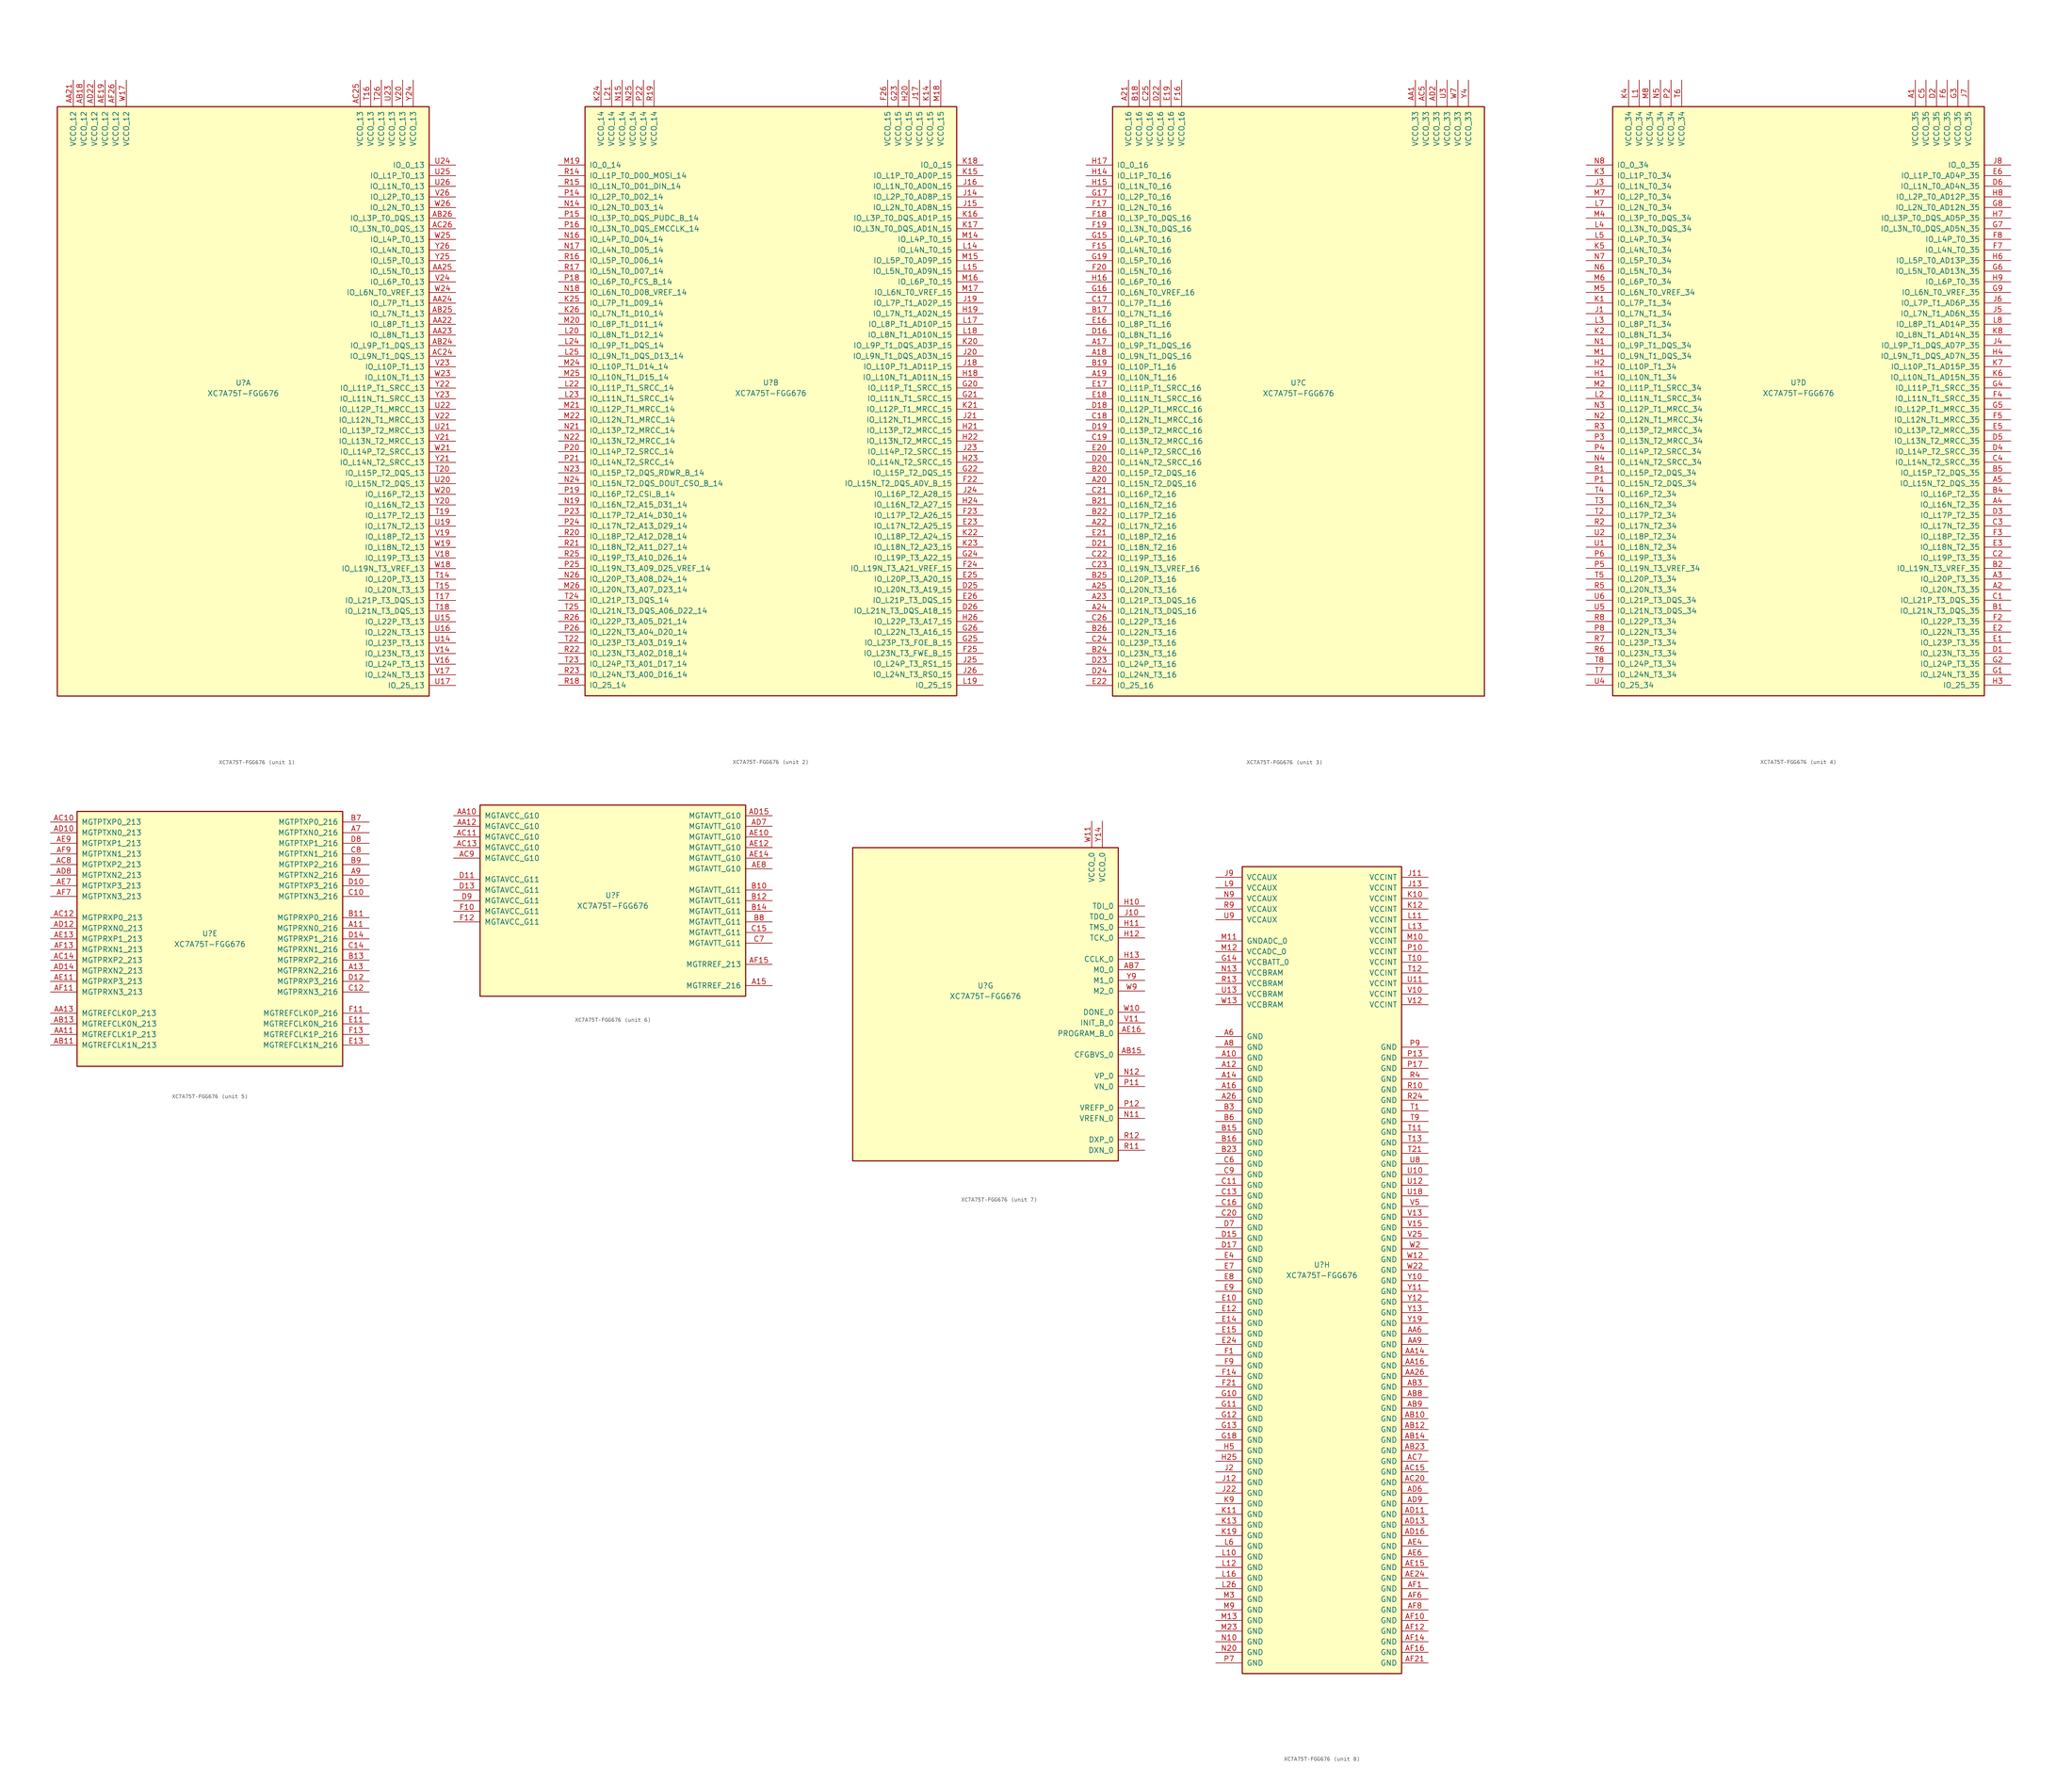
<source format=kicad_sym>
(kicad_symbol_lib
  (version 20201005)
  (generator kicad_symbol_editor)
  (symbol "XC7A75T-FGG676"
    (pin_names
      (offset 1.016))
    (property "Reference" "U"
      (at 0 1.27 0)
      (effects (font (size 1.27 1.27))))
    (property "Value" "XC7A75T-FGG676"
      (at 0 -1.27 0)
      (effects (font (size 1.27 1.27))))
    (property "Datasheet" ""
      (at 0 0 0)
      (effects (font (size 1.27 1.27))))
    (property "ki_locked" ""
      (at 0 0 0)
      (effects (font (size 1.27 1.27))))
    (symbol "XC7A75T-FGG676_1_1"
      (rectangle (start -44.45 67.31) (end 44.45 -73.66) (stroke (width 0.254)) (fill (type background)))
      (pin power_in line (at -40.64 73.66 270) (length 6.35) (name "VCCO_12" (effects (font (size 1.27 1.27)))) (number "AA21" (effects (font (size 1.27 1.27)))))
      (pin bidirectional line (at 50.8 15.24 180) (length 6.35) (name "IO_L8P_T1_13" (effects (font (size 1.27 1.27)))) (number "AA22" (effects (font (size 1.27 1.27)))))
      (pin bidirectional line (at 50.8 12.7 180) (length 6.35) (name "IO_L8N_T1_13" (effects (font (size 1.27 1.27)))) (number "AA23" (effects (font (size 1.27 1.27)))))
      (pin bidirectional line (at 50.8 20.32 180) (length 6.35) (name "IO_L7P_T1_13" (effects (font (size 1.27 1.27)))) (number "AA24" (effects (font (size 1.27 1.27)))))
      (pin bidirectional line (at 50.8 27.94 180) (length 6.35) (name "IO_L5N_T0_13" (effects (font (size 1.27 1.27)))) (number "AA25" (effects (font (size 1.27 1.27)))))
      (pin power_in line (at -38.1 73.66 270) (length 6.35) (name "VCCO_12" (effects (font (size 1.27 1.27)))) (number "AB18" (effects (font (size 1.27 1.27)))))
      (pin bidirectional line (at 50.8 10.16 180) (length 6.35) (name "IO_L9P_T1_DQS_13" (effects (font (size 1.27 1.27)))) (number "AB24" (effects (font (size 1.27 1.27)))))
      (pin bidirectional line (at 50.8 17.78 180) (length 6.35) (name "IO_L7N_T1_13" (effects (font (size 1.27 1.27)))) (number "AB25" (effects (font (size 1.27 1.27)))))
      (pin bidirectional line (at 50.8 40.64 180) (length 6.35) (name "IO_L3P_T0_DQS_13" (effects (font (size 1.27 1.27)))) (number "AB26" (effects (font (size 1.27 1.27)))))
      (pin bidirectional line (at 50.8 7.62 180) (length 6.35) (name "IO_L9N_T1_DQS_13" (effects (font (size 1.27 1.27)))) (number "AC24" (effects (font (size 1.27 1.27)))))
      (pin power_in line (at 27.94 73.66 270) (length 6.35) (name "VCCO_13" (effects (font (size 1.27 1.27)))) (number "AC25" (effects (font (size 1.27 1.27)))))
      (pin bidirectional line (at 50.8 38.1 180) (length 6.35) (name "IO_L3N_T0_DQS_13" (effects (font (size 1.27 1.27)))) (number "AC26" (effects (font (size 1.27 1.27)))))
      (pin power_in line (at -35.56 73.66 270) (length 6.35) (name "VCCO_12" (effects (font (size 1.27 1.27)))) (number "AD22" (effects (font (size 1.27 1.27)))))
      (pin power_in line (at -33.02 73.66 270) (length 6.35) (name "VCCO_12" (effects (font (size 1.27 1.27)))) (number "AE19" (effects (font (size 1.27 1.27)))))
      (pin power_in line (at -30.48 73.66 270) (length 6.35) (name "VCCO_12" (effects (font (size 1.27 1.27)))) (number "AF26" (effects (font (size 1.27 1.27)))))
      (pin bidirectional line (at 50.8 -45.72 180) (length 6.35) (name "IO_L20P_T3_13" (effects (font (size 1.27 1.27)))) (number "T14" (effects (font (size 1.27 1.27)))))
      (pin bidirectional line (at 50.8 -48.26 180) (length 6.35) (name "IO_L20N_T3_13" (effects (font (size 1.27 1.27)))) (number "T15" (effects (font (size 1.27 1.27)))))
      (pin power_in line (at 30.48 73.66 270) (length 6.35) (name "VCCO_13" (effects (font (size 1.27 1.27)))) (number "T16" (effects (font (size 1.27 1.27)))))
      (pin bidirectional line (at 50.8 -50.8 180) (length 6.35) (name "IO_L21P_T3_DQS_13" (effects (font (size 1.27 1.27)))) (number "T17" (effects (font (size 1.27 1.27)))))
      (pin bidirectional line (at 50.8 -53.34 180) (length 6.35) (name "IO_L21N_T3_DQS_13" (effects (font (size 1.27 1.27)))) (number "T18" (effects (font (size 1.27 1.27)))))
      (pin bidirectional line (at 50.8 -30.48 180) (length 6.35) (name "IO_L17P_T2_13" (effects (font (size 1.27 1.27)))) (number "T19" (effects (font (size 1.27 1.27)))))
      (pin bidirectional line (at 50.8 -20.32 180) (length 6.35) (name "IO_L15P_T2_DQS_13" (effects (font (size 1.27 1.27)))) (number "T20" (effects (font (size 1.27 1.27)))))
      (pin power_in line (at 33.02 73.66 270) (length 6.35) (name "VCCO_13" (effects (font (size 1.27 1.27)))) (number "T26" (effects (font (size 1.27 1.27)))))
      (pin bidirectional line (at 50.8 -60.96 180) (length 6.35) (name "IO_L23P_T3_13" (effects (font (size 1.27 1.27)))) (number "U14" (effects (font (size 1.27 1.27)))))
      (pin bidirectional line (at 50.8 -55.88 180) (length 6.35) (name "IO_L22P_T3_13" (effects (font (size 1.27 1.27)))) (number "U15" (effects (font (size 1.27 1.27)))))
      (pin bidirectional line (at 50.8 -58.42 180) (length 6.35) (name "IO_L22N_T3_13" (effects (font (size 1.27 1.27)))) (number "U16" (effects (font (size 1.27 1.27)))))
      (pin bidirectional line (at 50.8 -71.12 180) (length 6.35) (name "IO_25_13" (effects (font (size 1.27 1.27)))) (number "U17" (effects (font (size 1.27 1.27)))))
      (pin bidirectional line (at 50.8 -33.02 180) (length 6.35) (name "IO_L17N_T2_13" (effects (font (size 1.27 1.27)))) (number "U19" (effects (font (size 1.27 1.27)))))
      (pin bidirectional line (at 50.8 -22.86 180) (length 6.35) (name "IO_L15N_T2_DQS_13" (effects (font (size 1.27 1.27)))) (number "U20" (effects (font (size 1.27 1.27)))))
      (pin bidirectional line (at 50.8 -10.16 180) (length 6.35) (name "IO_L13P_T2_MRCC_13" (effects (font (size 1.27 1.27)))) (number "U21" (effects (font (size 1.27 1.27)))))
      (pin bidirectional line (at 50.8 -5.08 180) (length 6.35) (name "IO_L12P_T1_MRCC_13" (effects (font (size 1.27 1.27)))) (number "U22" (effects (font (size 1.27 1.27)))))
      (pin power_in line (at 35.56 73.66 270) (length 6.35) (name "VCCO_13" (effects (font (size 1.27 1.27)))) (number "U23" (effects (font (size 1.27 1.27)))))
      (pin bidirectional line (at 50.8 53.34 180) (length 6.35) (name "IO_0_13" (effects (font (size 1.27 1.27)))) (number "U24" (effects (font (size 1.27 1.27)))))
      (pin bidirectional line (at 50.8 50.8 180) (length 6.35) (name "IO_L1P_T0_13" (effects (font (size 1.27 1.27)))) (number "U25" (effects (font (size 1.27 1.27)))))
      (pin bidirectional line (at 50.8 48.26 180) (length 6.35) (name "IO_L1N_T0_13" (effects (font (size 1.27 1.27)))) (number "U26" (effects (font (size 1.27 1.27)))))
      (pin bidirectional line (at 50.8 -63.5 180) (length 6.35) (name "IO_L23N_T3_13" (effects (font (size 1.27 1.27)))) (number "V14" (effects (font (size 1.27 1.27)))))
      (pin bidirectional line (at 50.8 -66.04 180) (length 6.35) (name "IO_L24P_T3_13" (effects (font (size 1.27 1.27)))) (number "V16" (effects (font (size 1.27 1.27)))))
      (pin bidirectional line (at 50.8 -68.58 180) (length 6.35) (name "IO_L24N_T3_13" (effects (font (size 1.27 1.27)))) (number "V17" (effects (font (size 1.27 1.27)))))
      (pin bidirectional line (at 50.8 -40.64 180) (length 6.35) (name "IO_L19P_T3_13" (effects (font (size 1.27 1.27)))) (number "V18" (effects (font (size 1.27 1.27)))))
      (pin bidirectional line (at 50.8 -35.56 180) (length 6.35) (name "IO_L18P_T2_13" (effects (font (size 1.27 1.27)))) (number "V19" (effects (font (size 1.27 1.27)))))
      (pin power_in line (at 38.1 73.66 270) (length 6.35) (name "VCCO_13" (effects (font (size 1.27 1.27)))) (number "V20" (effects (font (size 1.27 1.27)))))
      (pin bidirectional line (at 50.8 -12.7 180) (length 6.35) (name "IO_L13N_T2_MRCC_13" (effects (font (size 1.27 1.27)))) (number "V21" (effects (font (size 1.27 1.27)))))
      (pin bidirectional line (at 50.8 -7.62 180) (length 6.35) (name "IO_L12N_T1_MRCC_13" (effects (font (size 1.27 1.27)))) (number "V22" (effects (font (size 1.27 1.27)))))
      (pin bidirectional line (at 50.8 5.08 180) (length 6.35) (name "IO_L10P_T1_13" (effects (font (size 1.27 1.27)))) (number "V23" (effects (font (size 1.27 1.27)))))
      (pin bidirectional line (at 50.8 25.4 180) (length 6.35) (name "IO_L6P_T0_13" (effects (font (size 1.27 1.27)))) (number "V24" (effects (font (size 1.27 1.27)))))
      (pin bidirectional line (at 50.8 45.72 180) (length 6.35) (name "IO_L2P_T0_13" (effects (font (size 1.27 1.27)))) (number "V26" (effects (font (size 1.27 1.27)))))
      (pin power_in line (at -27.94 73.66 270) (length 6.35) (name "VCCO_12" (effects (font (size 1.27 1.27)))) (number "W17" (effects (font (size 1.27 1.27)))))
      (pin bidirectional line (at 50.8 -43.18 180) (length 6.35) (name "IO_L19N_T3_VREF_13" (effects (font (size 1.27 1.27)))) (number "W18" (effects (font (size 1.27 1.27)))))
      (pin bidirectional line (at 50.8 -38.1 180) (length 6.35) (name "IO_L18N_T2_13" (effects (font (size 1.27 1.27)))) (number "W19" (effects (font (size 1.27 1.27)))))
      (pin bidirectional line (at 50.8 -25.4 180) (length 6.35) (name "IO_L16P_T2_13" (effects (font (size 1.27 1.27)))) (number "W20" (effects (font (size 1.27 1.27)))))
      (pin bidirectional line (at 50.8 -15.24 180) (length 6.35) (name "IO_L14P_T2_SRCC_13" (effects (font (size 1.27 1.27)))) (number "W21" (effects (font (size 1.27 1.27)))))
      (pin bidirectional line (at 50.8 2.54 180) (length 6.35) (name "IO_L10N_T1_13" (effects (font (size 1.27 1.27)))) (number "W23" (effects (font (size 1.27 1.27)))))
      (pin bidirectional line (at 50.8 22.86 180) (length 6.35) (name "IO_L6N_T0_VREF_13" (effects (font (size 1.27 1.27)))) (number "W24" (effects (font (size 1.27 1.27)))))
      (pin bidirectional line (at 50.8 35.56 180) (length 6.35) (name "IO_L4P_T0_13" (effects (font (size 1.27 1.27)))) (number "W25" (effects (font (size 1.27 1.27)))))
      (pin bidirectional line (at 50.8 43.18 180) (length 6.35) (name "IO_L2N_T0_13" (effects (font (size 1.27 1.27)))) (number "W26" (effects (font (size 1.27 1.27)))))
      (pin bidirectional line (at 50.8 -27.94 180) (length 6.35) (name "IO_L16N_T2_13" (effects (font (size 1.27 1.27)))) (number "Y20" (effects (font (size 1.27 1.27)))))
      (pin bidirectional line (at 50.8 -17.78 180) (length 6.35) (name "IO_L14N_T2_SRCC_13" (effects (font (size 1.27 1.27)))) (number "Y21" (effects (font (size 1.27 1.27)))))
      (pin bidirectional line (at 50.8 0 180) (length 6.35) (name "IO_L11P_T1_SRCC_13" (effects (font (size 1.27 1.27)))) (number "Y22" (effects (font (size 1.27 1.27)))))
      (pin bidirectional line (at 50.8 -2.54 180) (length 6.35) (name "IO_L11N_T1_SRCC_13" (effects (font (size 1.27 1.27)))) (number "Y23" (effects (font (size 1.27 1.27)))))
      (pin power_in line (at 40.64 73.66 270) (length 6.35) (name "VCCO_13" (effects (font (size 1.27 1.27)))) (number "Y24" (effects (font (size 1.27 1.27)))))
      (pin bidirectional line (at 50.8 30.48 180) (length 6.35) (name "IO_L5P_T0_13" (effects (font (size 1.27 1.27)))) (number "Y25" (effects (font (size 1.27 1.27)))))
      (pin bidirectional line (at 50.8 33.02 180) (length 6.35) (name "IO_L4N_T0_13" (effects (font (size 1.27 1.27)))) (number "Y26" (effects (font (size 1.27 1.27))))))
    (symbol "XC7A75T-FGG676_2_1"
      (rectangle (start -44.45 67.31) (end 44.45 -73.66) (stroke (width 0.254)) (fill (type background)))
      (pin bidirectional line (at 50.8 -48.26 180) (length 6.35) (name "IO_L20N_T3_A19_15" (effects (font (size 1.27 1.27)))) (number "D25" (effects (font (size 1.27 1.27)))))
      (pin bidirectional line (at 50.8 -53.34 180) (length 6.35) (name "IO_L21N_T3_DQS_A18_15" (effects (font (size 1.27 1.27)))) (number "D26" (effects (font (size 1.27 1.27)))))
      (pin bidirectional line (at 50.8 -33.02 180) (length 6.35) (name "IO_L17N_T2_A25_15" (effects (font (size 1.27 1.27)))) (number "E23" (effects (font (size 1.27 1.27)))))
      (pin bidirectional line (at 50.8 -45.72 180) (length 6.35) (name "IO_L20P_T3_A20_15" (effects (font (size 1.27 1.27)))) (number "E25" (effects (font (size 1.27 1.27)))))
      (pin bidirectional line (at 50.8 -50.8 180) (length 6.35) (name "IO_L21P_T3_DQS_15" (effects (font (size 1.27 1.27)))) (number "E26" (effects (font (size 1.27 1.27)))))
      (pin bidirectional line (at 50.8 -22.86 180) (length 6.35) (name "IO_L15N_T2_DQS_ADV_B_15" (effects (font (size 1.27 1.27)))) (number "F22" (effects (font (size 1.27 1.27)))))
      (pin bidirectional line (at 50.8 -30.48 180) (length 6.35) (name "IO_L17P_T2_A26_15" (effects (font (size 1.27 1.27)))) (number "F23" (effects (font (size 1.27 1.27)))))
      (pin bidirectional line (at 50.8 -43.18 180) (length 6.35) (name "IO_L19N_T3_A21_VREF_15" (effects (font (size 1.27 1.27)))) (number "F24" (effects (font (size 1.27 1.27)))))
      (pin bidirectional line (at 50.8 -63.5 180) (length 6.35) (name "IO_L23N_T3_FWE_B_15" (effects (font (size 1.27 1.27)))) (number "F25" (effects (font (size 1.27 1.27)))))
      (pin power_in line (at 27.94 73.66 270) (length 6.35) (name "VCCO_15" (effects (font (size 1.27 1.27)))) (number "F26" (effects (font (size 1.27 1.27)))))
      (pin bidirectional line (at 50.8 0 180) (length 6.35) (name "IO_L11P_T1_SRCC_15" (effects (font (size 1.27 1.27)))) (number "G20" (effects (font (size 1.27 1.27)))))
      (pin bidirectional line (at 50.8 -2.54 180) (length 6.35) (name "IO_L11N_T1_SRCC_15" (effects (font (size 1.27 1.27)))) (number "G21" (effects (font (size 1.27 1.27)))))
      (pin bidirectional line (at 50.8 -20.32 180) (length 6.35) (name "IO_L15P_T2_DQS_15" (effects (font (size 1.27 1.27)))) (number "G22" (effects (font (size 1.27 1.27)))))
      (pin power_in line (at 30.48 73.66 270) (length 6.35) (name "VCCO_15" (effects (font (size 1.27 1.27)))) (number "G23" (effects (font (size 1.27 1.27)))))
      (pin bidirectional line (at 50.8 -40.64 180) (length 6.35) (name "IO_L19P_T3_A22_15" (effects (font (size 1.27 1.27)))) (number "G24" (effects (font (size 1.27 1.27)))))
      (pin bidirectional line (at 50.8 -60.96 180) (length 6.35) (name "IO_L23P_T3_FOE_B_15" (effects (font (size 1.27 1.27)))) (number "G25" (effects (font (size 1.27 1.27)))))
      (pin bidirectional line (at 50.8 -58.42 180) (length 6.35) (name "IO_L22N_T3_A16_15" (effects (font (size 1.27 1.27)))) (number "G26" (effects (font (size 1.27 1.27)))))
      (pin bidirectional line (at 50.8 2.54 180) (length 6.35) (name "IO_L10N_T1_AD11N_15" (effects (font (size 1.27 1.27)))) (number "H18" (effects (font (size 1.27 1.27)))))
      (pin bidirectional line (at 50.8 17.78 180) (length 6.35) (name "IO_L7N_T1_AD2N_15" (effects (font (size 1.27 1.27)))) (number "H19" (effects (font (size 1.27 1.27)))))
      (pin power_in line (at 33.02 73.66 270) (length 6.35) (name "VCCO_15" (effects (font (size 1.27 1.27)))) (number "H20" (effects (font (size 1.27 1.27)))))
      (pin bidirectional line (at 50.8 -10.16 180) (length 6.35) (name "IO_L13P_T2_MRCC_15" (effects (font (size 1.27 1.27)))) (number "H21" (effects (font (size 1.27 1.27)))))
      (pin bidirectional line (at 50.8 -12.7 180) (length 6.35) (name "IO_L13N_T2_MRCC_15" (effects (font (size 1.27 1.27)))) (number "H22" (effects (font (size 1.27 1.27)))))
      (pin bidirectional line (at 50.8 -17.78 180) (length 6.35) (name "IO_L14N_T2_SRCC_15" (effects (font (size 1.27 1.27)))) (number "H23" (effects (font (size 1.27 1.27)))))
      (pin bidirectional line (at 50.8 -27.94 180) (length 6.35) (name "IO_L16N_T2_A27_15" (effects (font (size 1.27 1.27)))) (number "H24" (effects (font (size 1.27 1.27)))))
      (pin bidirectional line (at 50.8 -55.88 180) (length 6.35) (name "IO_L22P_T3_A17_15" (effects (font (size 1.27 1.27)))) (number "H26" (effects (font (size 1.27 1.27)))))
      (pin bidirectional line (at 50.8 45.72 180) (length 6.35) (name "IO_L2P_T0_AD8P_15" (effects (font (size 1.27 1.27)))) (number "J14" (effects (font (size 1.27 1.27)))))
      (pin bidirectional line (at 50.8 43.18 180) (length 6.35) (name "IO_L2N_T0_AD8N_15" (effects (font (size 1.27 1.27)))) (number "J15" (effects (font (size 1.27 1.27)))))
      (pin bidirectional line (at 50.8 48.26 180) (length 6.35) (name "IO_L1N_T0_AD0N_15" (effects (font (size 1.27 1.27)))) (number "J16" (effects (font (size 1.27 1.27)))))
      (pin power_in line (at 35.56 73.66 270) (length 6.35) (name "VCCO_15" (effects (font (size 1.27 1.27)))) (number "J17" (effects (font (size 1.27 1.27)))))
      (pin bidirectional line (at 50.8 5.08 180) (length 6.35) (name "IO_L10P_T1_AD11P_15" (effects (font (size 1.27 1.27)))) (number "J18" (effects (font (size 1.27 1.27)))))
      (pin bidirectional line (at 50.8 20.32 180) (length 6.35) (name "IO_L7P_T1_AD2P_15" (effects (font (size 1.27 1.27)))) (number "J19" (effects (font (size 1.27 1.27)))))
      (pin bidirectional line (at 50.8 7.62 180) (length 6.35) (name "IO_L9N_T1_DQS_AD3N_15" (effects (font (size 1.27 1.27)))) (number "J20" (effects (font (size 1.27 1.27)))))
      (pin bidirectional line (at 50.8 -7.62 180) (length 6.35) (name "IO_L12N_T1_MRCC_15" (effects (font (size 1.27 1.27)))) (number "J21" (effects (font (size 1.27 1.27)))))
      (pin bidirectional line (at 50.8 -15.24 180) (length 6.35) (name "IO_L14P_T2_SRCC_15" (effects (font (size 1.27 1.27)))) (number "J23" (effects (font (size 1.27 1.27)))))
      (pin bidirectional line (at 50.8 -25.4 180) (length 6.35) (name "IO_L16P_T2_A28_15" (effects (font (size 1.27 1.27)))) (number "J24" (effects (font (size 1.27 1.27)))))
      (pin bidirectional line (at 50.8 -66.04 180) (length 6.35) (name "IO_L24P_T3_RS1_15" (effects (font (size 1.27 1.27)))) (number "J25" (effects (font (size 1.27 1.27)))))
      (pin bidirectional line (at 50.8 -68.58 180) (length 6.35) (name "IO_L24N_T3_RS0_15" (effects (font (size 1.27 1.27)))) (number "J26" (effects (font (size 1.27 1.27)))))
      (pin power_in line (at 38.1 73.66 270) (length 6.35) (name "VCCO_15" (effects (font (size 1.27 1.27)))) (number "K14" (effects (font (size 1.27 1.27)))))
      (pin bidirectional line (at 50.8 50.8 180) (length 6.35) (name "IO_L1P_T0_AD0P_15" (effects (font (size 1.27 1.27)))) (number "K15" (effects (font (size 1.27 1.27)))))
      (pin bidirectional line (at 50.8 40.64 180) (length 6.35) (name "IO_L3P_T0_DQS_AD1P_15" (effects (font (size 1.27 1.27)))) (number "K16" (effects (font (size 1.27 1.27)))))
      (pin bidirectional line (at 50.8 38.1 180) (length 6.35) (name "IO_L3N_T0_DQS_AD1N_15" (effects (font (size 1.27 1.27)))) (number "K17" (effects (font (size 1.27 1.27)))))
      (pin bidirectional line (at 50.8 53.34 180) (length 6.35) (name "IO_0_15" (effects (font (size 1.27 1.27)))) (number "K18" (effects (font (size 1.27 1.27)))))
      (pin bidirectional line (at 50.8 10.16 180) (length 6.35) (name "IO_L9P_T1_DQS_AD3P_15" (effects (font (size 1.27 1.27)))) (number "K20" (effects (font (size 1.27 1.27)))))
      (pin bidirectional line (at 50.8 -5.08 180) (length 6.35) (name "IO_L12P_T1_MRCC_15" (effects (font (size 1.27 1.27)))) (number "K21" (effects (font (size 1.27 1.27)))))
      (pin bidirectional line (at 50.8 -35.56 180) (length 6.35) (name "IO_L18P_T2_A24_15" (effects (font (size 1.27 1.27)))) (number "K22" (effects (font (size 1.27 1.27)))))
      (pin bidirectional line (at 50.8 -38.1 180) (length 6.35) (name "IO_L18N_T2_A23_15" (effects (font (size 1.27 1.27)))) (number "K23" (effects (font (size 1.27 1.27)))))
      (pin power_in line (at -40.64 73.66 270) (length 6.35) (name "VCCO_14" (effects (font (size 1.27 1.27)))) (number "K24" (effects (font (size 1.27 1.27)))))
      (pin bidirectional line (at -50.8 20.32 0) (length 6.35) (name "IO_L7P_T1_D09_14" (effects (font (size 1.27 1.27)))) (number "K25" (effects (font (size 1.27 1.27)))))
      (pin bidirectional line (at -50.8 17.78 0) (length 6.35) (name "IO_L7N_T1_D10_14" (effects (font (size 1.27 1.27)))) (number "K26" (effects (font (size 1.27 1.27)))))
      (pin bidirectional line (at 50.8 33.02 180) (length 6.35) (name "IO_L4N_T0_15" (effects (font (size 1.27 1.27)))) (number "L14" (effects (font (size 1.27 1.27)))))
      (pin bidirectional line (at 50.8 27.94 180) (length 6.35) (name "IO_L5N_T0_AD9N_15" (effects (font (size 1.27 1.27)))) (number "L15" (effects (font (size 1.27 1.27)))))
      (pin bidirectional line (at 50.8 15.24 180) (length 6.35) (name "IO_L8P_T1_AD10P_15" (effects (font (size 1.27 1.27)))) (number "L17" (effects (font (size 1.27 1.27)))))
      (pin bidirectional line (at 50.8 12.7 180) (length 6.35) (name "IO_L8N_T1_AD10N_15" (effects (font (size 1.27 1.27)))) (number "L18" (effects (font (size 1.27 1.27)))))
      (pin bidirectional line (at 50.8 -71.12 180) (length 6.35) (name "IO_25_15" (effects (font (size 1.27 1.27)))) (number "L19" (effects (font (size 1.27 1.27)))))
      (pin bidirectional line (at -50.8 12.7 0) (length 6.35) (name "IO_L8N_T1_D12_14" (effects (font (size 1.27 1.27)))) (number "L20" (effects (font (size 1.27 1.27)))))
      (pin power_in line (at -38.1 73.66 270) (length 6.35) (name "VCCO_14" (effects (font (size 1.27 1.27)))) (number "L21" (effects (font (size 1.27 1.27)))))
      (pin bidirectional line (at -50.8 0 0) (length 6.35) (name "IO_L11P_T1_SRCC_14" (effects (font (size 1.27 1.27)))) (number "L22" (effects (font (size 1.27 1.27)))))
      (pin bidirectional line (at -50.8 -2.54 0) (length 6.35) (name "IO_L11N_T1_SRCC_14" (effects (font (size 1.27 1.27)))) (number "L23" (effects (font (size 1.27 1.27)))))
      (pin bidirectional line (at -50.8 10.16 0) (length 6.35) (name "IO_L9P_T1_DQS_14" (effects (font (size 1.27 1.27)))) (number "L24" (effects (font (size 1.27 1.27)))))
      (pin bidirectional line (at -50.8 7.62 0) (length 6.35) (name "IO_L9N_T1_DQS_D13_14" (effects (font (size 1.27 1.27)))) (number "L25" (effects (font (size 1.27 1.27)))))
      (pin bidirectional line (at 50.8 35.56 180) (length 6.35) (name "IO_L4P_T0_15" (effects (font (size 1.27 1.27)))) (number "M14" (effects (font (size 1.27 1.27)))))
      (pin bidirectional line (at 50.8 30.48 180) (length 6.35) (name "IO_L5P_T0_AD9P_15" (effects (font (size 1.27 1.27)))) (number "M15" (effects (font (size 1.27 1.27)))))
      (pin bidirectional line (at 50.8 25.4 180) (length 6.35) (name "IO_L6P_T0_15" (effects (font (size 1.27 1.27)))) (number "M16" (effects (font (size 1.27 1.27)))))
      (pin bidirectional line (at 50.8 22.86 180) (length 6.35) (name "IO_L6N_T0_VREF_15" (effects (font (size 1.27 1.27)))) (number "M17" (effects (font (size 1.27 1.27)))))
      (pin power_in line (at 40.64 73.66 270) (length 6.35) (name "VCCO_15" (effects (font (size 1.27 1.27)))) (number "M18" (effects (font (size 1.27 1.27)))))
      (pin bidirectional line (at -50.8 53.34 0) (length 6.35) (name "IO_0_14" (effects (font (size 1.27 1.27)))) (number "M19" (effects (font (size 1.27 1.27)))))
      (pin bidirectional line (at -50.8 15.24 0) (length 6.35) (name "IO_L8P_T1_D11_14" (effects (font (size 1.27 1.27)))) (number "M20" (effects (font (size 1.27 1.27)))))
      (pin bidirectional line (at -50.8 -5.08 0) (length 6.35) (name "IO_L12P_T1_MRCC_14" (effects (font (size 1.27 1.27)))) (number "M21" (effects (font (size 1.27 1.27)))))
      (pin bidirectional line (at -50.8 -7.62 0) (length 6.35) (name "IO_L12N_T1_MRCC_14" (effects (font (size 1.27 1.27)))) (number "M22" (effects (font (size 1.27 1.27)))))
      (pin bidirectional line (at -50.8 5.08 0) (length 6.35) (name "IO_L10P_T1_D14_14" (effects (font (size 1.27 1.27)))) (number "M24" (effects (font (size 1.27 1.27)))))
      (pin bidirectional line (at -50.8 2.54 0) (length 6.35) (name "IO_L10N_T1_D15_14" (effects (font (size 1.27 1.27)))) (number "M25" (effects (font (size 1.27 1.27)))))
      (pin bidirectional line (at -50.8 -48.26 0) (length 6.35) (name "IO_L20N_T3_A07_D23_14" (effects (font (size 1.27 1.27)))) (number "M26" (effects (font (size 1.27 1.27)))))
      (pin bidirectional line (at -50.8 43.18 0) (length 6.35) (name "IO_L2N_T0_D03_14" (effects (font (size 1.27 1.27)))) (number "N14" (effects (font (size 1.27 1.27)))))
      (pin power_in line (at -35.56 73.66 270) (length 6.35) (name "VCCO_14" (effects (font (size 1.27 1.27)))) (number "N15" (effects (font (size 1.27 1.27)))))
      (pin bidirectional line (at -50.8 35.56 0) (length 6.35) (name "IO_L4P_T0_D04_14" (effects (font (size 1.27 1.27)))) (number "N16" (effects (font (size 1.27 1.27)))))
      (pin bidirectional line (at -50.8 33.02 0) (length 6.35) (name "IO_L4N_T0_D05_14" (effects (font (size 1.27 1.27)))) (number "N17" (effects (font (size 1.27 1.27)))))
      (pin bidirectional line (at -50.8 22.86 0) (length 6.35) (name "IO_L6N_T0_D08_VREF_14" (effects (font (size 1.27 1.27)))) (number "N18" (effects (font (size 1.27 1.27)))))
      (pin bidirectional line (at -50.8 -27.94 0) (length 6.35) (name "IO_L16N_T2_A15_D31_14" (effects (font (size 1.27 1.27)))) (number "N19" (effects (font (size 1.27 1.27)))))
      (pin bidirectional line (at -50.8 -10.16 0) (length 6.35) (name "IO_L13P_T2_MRCC_14" (effects (font (size 1.27 1.27)))) (number "N21" (effects (font (size 1.27 1.27)))))
      (pin bidirectional line (at -50.8 -12.7 0) (length 6.35) (name "IO_L13N_T2_MRCC_14" (effects (font (size 1.27 1.27)))) (number "N22" (effects (font (size 1.27 1.27)))))
      (pin bidirectional line (at -50.8 -20.32 0) (length 6.35) (name "IO_L15P_T2_DQS_RDWR_B_14" (effects (font (size 1.27 1.27)))) (number "N23" (effects (font (size 1.27 1.27)))))
      (pin bidirectional line (at -50.8 -22.86 0) (length 6.35) (name "IO_L15N_T2_DQS_DOUT_CSO_B_14" (effects (font (size 1.27 1.27)))) (number "N24" (effects (font (size 1.27 1.27)))))
      (pin power_in line (at -33.02 73.66 270) (length 6.35) (name "VCCO_14" (effects (font (size 1.27 1.27)))) (number "N25" (effects (font (size 1.27 1.27)))))
      (pin bidirectional line (at -50.8 -45.72 0) (length 6.35) (name "IO_L20P_T3_A08_D24_14" (effects (font (size 1.27 1.27)))) (number "N26" (effects (font (size 1.27 1.27)))))
      (pin bidirectional line (at -50.8 45.72 0) (length 6.35) (name "IO_L2P_T0_D02_14" (effects (font (size 1.27 1.27)))) (number "P14" (effects (font (size 1.27 1.27)))))
      (pin bidirectional line (at -50.8 40.64 0) (length 6.35) (name "IO_L3P_T0_DQS_PUDC_B_14" (effects (font (size 1.27 1.27)))) (number "P15" (effects (font (size 1.27 1.27)))))
      (pin bidirectional line (at -50.8 38.1 0) (length 6.35) (name "IO_L3N_T0_DQS_EMCCLK_14" (effects (font (size 1.27 1.27)))) (number "P16" (effects (font (size 1.27 1.27)))))
      (pin bidirectional line (at -50.8 25.4 0) (length 6.35) (name "IO_L6P_T0_FCS_B_14" (effects (font (size 1.27 1.27)))) (number "P18" (effects (font (size 1.27 1.27)))))
      (pin bidirectional line (at -50.8 -25.4 0) (length 6.35) (name "IO_L16P_T2_CSI_B_14" (effects (font (size 1.27 1.27)))) (number "P19" (effects (font (size 1.27 1.27)))))
      (pin bidirectional line (at -50.8 -15.24 0) (length 6.35) (name "IO_L14P_T2_SRCC_14" (effects (font (size 1.27 1.27)))) (number "P20" (effects (font (size 1.27 1.27)))))
      (pin bidirectional line (at -50.8 -17.78 0) (length 6.35) (name "IO_L14N_T2_SRCC_14" (effects (font (size 1.27 1.27)))) (number "P21" (effects (font (size 1.27 1.27)))))
      (pin power_in line (at -30.48 73.66 270) (length 6.35) (name "VCCO_14" (effects (font (size 1.27 1.27)))) (number "P22" (effects (font (size 1.27 1.27)))))
      (pin bidirectional line (at -50.8 -30.48 0) (length 6.35) (name "IO_L17P_T2_A14_D30_14" (effects (font (size 1.27 1.27)))) (number "P23" (effects (font (size 1.27 1.27)))))
      (pin bidirectional line (at -50.8 -33.02 0) (length 6.35) (name "IO_L17N_T2_A13_D29_14" (effects (font (size 1.27 1.27)))) (number "P24" (effects (font (size 1.27 1.27)))))
      (pin bidirectional line (at -50.8 -43.18 0) (length 6.35) (name "IO_L19N_T3_A09_D25_VREF_14" (effects (font (size 1.27 1.27)))) (number "P25" (effects (font (size 1.27 1.27)))))
      (pin bidirectional line (at -50.8 -58.42 0) (length 6.35) (name "IO_L22N_T3_A04_D20_14" (effects (font (size 1.27 1.27)))) (number "P26" (effects (font (size 1.27 1.27)))))
      (pin bidirectional line (at -50.8 50.8 0) (length 6.35) (name "IO_L1P_T0_D00_MOSI_14" (effects (font (size 1.27 1.27)))) (number "R14" (effects (font (size 1.27 1.27)))))
      (pin bidirectional line (at -50.8 48.26 0) (length 6.35) (name "IO_L1N_T0_D01_DIN_14" (effects (font (size 1.27 1.27)))) (number "R15" (effects (font (size 1.27 1.27)))))
      (pin bidirectional line (at -50.8 30.48 0) (length 6.35) (name "IO_L5P_T0_D06_14" (effects (font (size 1.27 1.27)))) (number "R16" (effects (font (size 1.27 1.27)))))
      (pin bidirectional line (at -50.8 27.94 0) (length 6.35) (name "IO_L5N_T0_D07_14" (effects (font (size 1.27 1.27)))) (number "R17" (effects (font (size 1.27 1.27)))))
      (pin bidirectional line (at -50.8 -71.12 0) (length 6.35) (name "IO_25_14" (effects (font (size 1.27 1.27)))) (number "R18" (effects (font (size 1.27 1.27)))))
      (pin power_in line (at -27.94 73.66 270) (length 6.35) (name "VCCO_14" (effects (font (size 1.27 1.27)))) (number "R19" (effects (font (size 1.27 1.27)))))
      (pin bidirectional line (at -50.8 -35.56 0) (length 6.35) (name "IO_L18P_T2_A12_D28_14" (effects (font (size 1.27 1.27)))) (number "R20" (effects (font (size 1.27 1.27)))))
      (pin bidirectional line (at -50.8 -38.1 0) (length 6.35) (name "IO_L18N_T2_A11_D27_14" (effects (font (size 1.27 1.27)))) (number "R21" (effects (font (size 1.27 1.27)))))
      (pin bidirectional line (at -50.8 -63.5 0) (length 6.35) (name "IO_L23N_T3_A02_D18_14" (effects (font (size 1.27 1.27)))) (number "R22" (effects (font (size 1.27 1.27)))))
      (pin bidirectional line (at -50.8 -68.58 0) (length 6.35) (name "IO_L24N_T3_A00_D16_14" (effects (font (size 1.27 1.27)))) (number "R23" (effects (font (size 1.27 1.27)))))
      (pin bidirectional line (at -50.8 -40.64 0) (length 6.35) (name "IO_L19P_T3_A10_D26_14" (effects (font (size 1.27 1.27)))) (number "R25" (effects (font (size 1.27 1.27)))))
      (pin bidirectional line (at -50.8 -55.88 0) (length 6.35) (name "IO_L22P_T3_A05_D21_14" (effects (font (size 1.27 1.27)))) (number "R26" (effects (font (size 1.27 1.27)))))
      (pin bidirectional line (at -50.8 -60.96 0) (length 6.35) (name "IO_L23P_T3_A03_D19_14" (effects (font (size 1.27 1.27)))) (number "T22" (effects (font (size 1.27 1.27)))))
      (pin bidirectional line (at -50.8 -66.04 0) (length 6.35) (name "IO_L24P_T3_A01_D17_14" (effects (font (size 1.27 1.27)))) (number "T23" (effects (font (size 1.27 1.27)))))
      (pin bidirectional line (at -50.8 -50.8 0) (length 6.35) (name "IO_L21P_T3_DQS_14" (effects (font (size 1.27 1.27)))) (number "T24" (effects (font (size 1.27 1.27)))))
      (pin bidirectional line (at -50.8 -53.34 0) (length 6.35) (name "IO_L21N_T3_DQS_A06_D22_14" (effects (font (size 1.27 1.27)))) (number "T25" (effects (font (size 1.27 1.27))))))
    (symbol "XC7A75T-FGG676_3_1"
      (rectangle (start -44.45 67.31) (end 44.45 -73.66) (stroke (width 0.254)) (fill (type background)))
      (pin bidirectional line (at -50.8 10.16 0) (length 6.35) (name "IO_L9P_T1_DQS_16" (effects (font (size 1.27 1.27)))) (number "A17" (effects (font (size 1.27 1.27)))))
      (pin bidirectional line (at -50.8 7.62 0) (length 6.35) (name "IO_L9N_T1_DQS_16" (effects (font (size 1.27 1.27)))) (number "A18" (effects (font (size 1.27 1.27)))))
      (pin bidirectional line (at -50.8 2.54 0) (length 6.35) (name "IO_L10N_T1_16" (effects (font (size 1.27 1.27)))) (number "A19" (effects (font (size 1.27 1.27)))))
      (pin bidirectional line (at -50.8 -22.86 0) (length 6.35) (name "IO_L15N_T2_DQS_16" (effects (font (size 1.27 1.27)))) (number "A20" (effects (font (size 1.27 1.27)))))
      (pin power_in line (at -40.64 73.66 270) (length 6.35) (name "VCCO_16" (effects (font (size 1.27 1.27)))) (number "A21" (effects (font (size 1.27 1.27)))))
      (pin bidirectional line (at -50.8 -33.02 0) (length 6.35) (name "IO_L17N_T2_16" (effects (font (size 1.27 1.27)))) (number "A22" (effects (font (size 1.27 1.27)))))
      (pin bidirectional line (at -50.8 -50.8 0) (length 6.35) (name "IO_L21P_T3_DQS_16" (effects (font (size 1.27 1.27)))) (number "A23" (effects (font (size 1.27 1.27)))))
      (pin bidirectional line (at -50.8 -53.34 0) (length 6.35) (name "IO_L21N_T3_DQS_16" (effects (font (size 1.27 1.27)))) (number "A24" (effects (font (size 1.27 1.27)))))
      (pin bidirectional line (at -50.8 -48.26 0) (length 6.35) (name "IO_L20N_T3_16" (effects (font (size 1.27 1.27)))) (number "A25" (effects (font (size 1.27 1.27)))))
      (pin power_in line (at 27.94 73.66 270) (length 6.35) (name "VCCO_33" (effects (font (size 1.27 1.27)))) (number "AA1" (effects (font (size 1.27 1.27)))))
      (pin power_in line (at 30.48 73.66 270) (length 6.35) (name "VCCO_33" (effects (font (size 1.27 1.27)))) (number "AC5" (effects (font (size 1.27 1.27)))))
      (pin power_in line (at 33.02 73.66 270) (length 6.35) (name "VCCO_33" (effects (font (size 1.27 1.27)))) (number "AD2" (effects (font (size 1.27 1.27)))))
      (pin bidirectional line (at -50.8 17.78 0) (length 6.35) (name "IO_L7N_T1_16" (effects (font (size 1.27 1.27)))) (number "B17" (effects (font (size 1.27 1.27)))))
      (pin power_in line (at -38.1 73.66 270) (length 6.35) (name "VCCO_16" (effects (font (size 1.27 1.27)))) (number "B18" (effects (font (size 1.27 1.27)))))
      (pin bidirectional line (at -50.8 5.08 0) (length 6.35) (name "IO_L10P_T1_16" (effects (font (size 1.27 1.27)))) (number "B19" (effects (font (size 1.27 1.27)))))
      (pin bidirectional line (at -50.8 -20.32 0) (length 6.35) (name "IO_L15P_T2_DQS_16" (effects (font (size 1.27 1.27)))) (number "B20" (effects (font (size 1.27 1.27)))))
      (pin bidirectional line (at -50.8 -27.94 0) (length 6.35) (name "IO_L16N_T2_16" (effects (font (size 1.27 1.27)))) (number "B21" (effects (font (size 1.27 1.27)))))
      (pin bidirectional line (at -50.8 -30.48 0) (length 6.35) (name "IO_L17P_T2_16" (effects (font (size 1.27 1.27)))) (number "B22" (effects (font (size 1.27 1.27)))))
      (pin bidirectional line (at -50.8 -63.5 0) (length 6.35) (name "IO_L23N_T3_16" (effects (font (size 1.27 1.27)))) (number "B24" (effects (font (size 1.27 1.27)))))
      (pin bidirectional line (at -50.8 -45.72 0) (length 6.35) (name "IO_L20P_T3_16" (effects (font (size 1.27 1.27)))) (number "B25" (effects (font (size 1.27 1.27)))))
      (pin bidirectional line (at -50.8 -58.42 0) (length 6.35) (name "IO_L22N_T3_16" (effects (font (size 1.27 1.27)))) (number "B26" (effects (font (size 1.27 1.27)))))
      (pin bidirectional line (at -50.8 20.32 0) (length 6.35) (name "IO_L7P_T1_16" (effects (font (size 1.27 1.27)))) (number "C17" (effects (font (size 1.27 1.27)))))
      (pin bidirectional line (at -50.8 -7.62 0) (length 6.35) (name "IO_L12N_T1_MRCC_16" (effects (font (size 1.27 1.27)))) (number "C18" (effects (font (size 1.27 1.27)))))
      (pin bidirectional line (at -50.8 -12.7 0) (length 6.35) (name "IO_L13N_T2_MRCC_16" (effects (font (size 1.27 1.27)))) (number "C19" (effects (font (size 1.27 1.27)))))
      (pin bidirectional line (at -50.8 -25.4 0) (length 6.35) (name "IO_L16P_T2_16" (effects (font (size 1.27 1.27)))) (number "C21" (effects (font (size 1.27 1.27)))))
      (pin bidirectional line (at -50.8 -40.64 0) (length 6.35) (name "IO_L19P_T3_16" (effects (font (size 1.27 1.27)))) (number "C22" (effects (font (size 1.27 1.27)))))
      (pin bidirectional line (at -50.8 -43.18 0) (length 6.35) (name "IO_L19N_T3_VREF_16" (effects (font (size 1.27 1.27)))) (number "C23" (effects (font (size 1.27 1.27)))))
      (pin bidirectional line (at -50.8 -60.96 0) (length 6.35) (name "IO_L23P_T3_16" (effects (font (size 1.27 1.27)))) (number "C24" (effects (font (size 1.27 1.27)))))
      (pin power_in line (at -35.56 73.66 270) (length 6.35) (name "VCCO_16" (effects (font (size 1.27 1.27)))) (number "C25" (effects (font (size 1.27 1.27)))))
      (pin bidirectional line (at -50.8 -55.88 0) (length 6.35) (name "IO_L22P_T3_16" (effects (font (size 1.27 1.27)))) (number "C26" (effects (font (size 1.27 1.27)))))
      (pin bidirectional line (at -50.8 12.7 0) (length 6.35) (name "IO_L8N_T1_16" (effects (font (size 1.27 1.27)))) (number "D16" (effects (font (size 1.27 1.27)))))
      (pin bidirectional line (at -50.8 -5.08 0) (length 6.35) (name "IO_L12P_T1_MRCC_16" (effects (font (size 1.27 1.27)))) (number "D18" (effects (font (size 1.27 1.27)))))
      (pin bidirectional line (at -50.8 -10.16 0) (length 6.35) (name "IO_L13P_T2_MRCC_16" (effects (font (size 1.27 1.27)))) (number "D19" (effects (font (size 1.27 1.27)))))
      (pin bidirectional line (at -50.8 -17.78 0) (length 6.35) (name "IO_L14N_T2_SRCC_16" (effects (font (size 1.27 1.27)))) (number "D20" (effects (font (size 1.27 1.27)))))
      (pin bidirectional line (at -50.8 -38.1 0) (length 6.35) (name "IO_L18N_T2_16" (effects (font (size 1.27 1.27)))) (number "D21" (effects (font (size 1.27 1.27)))))
      (pin power_in line (at -33.02 73.66 270) (length 6.35) (name "VCCO_16" (effects (font (size 1.27 1.27)))) (number "D22" (effects (font (size 1.27 1.27)))))
      (pin bidirectional line (at -50.8 -66.04 0) (length 6.35) (name "IO_L24P_T3_16" (effects (font (size 1.27 1.27)))) (number "D23" (effects (font (size 1.27 1.27)))))
      (pin bidirectional line (at -50.8 -68.58 0) (length 6.35) (name "IO_L24N_T3_16" (effects (font (size 1.27 1.27)))) (number "D24" (effects (font (size 1.27 1.27)))))
      (pin bidirectional line (at -50.8 15.24 0) (length 6.35) (name "IO_L8P_T1_16" (effects (font (size 1.27 1.27)))) (number "E16" (effects (font (size 1.27 1.27)))))
      (pin bidirectional line (at -50.8 0 0) (length 6.35) (name "IO_L11P_T1_SRCC_16" (effects (font (size 1.27 1.27)))) (number "E17" (effects (font (size 1.27 1.27)))))
      (pin bidirectional line (at -50.8 -2.54 0) (length 6.35) (name "IO_L11N_T1_SRCC_16" (effects (font (size 1.27 1.27)))) (number "E18" (effects (font (size 1.27 1.27)))))
      (pin power_in line (at -30.48 73.66 270) (length 6.35) (name "VCCO_16" (effects (font (size 1.27 1.27)))) (number "E19" (effects (font (size 1.27 1.27)))))
      (pin bidirectional line (at -50.8 -15.24 0) (length 6.35) (name "IO_L14P_T2_SRCC_16" (effects (font (size 1.27 1.27)))) (number "E20" (effects (font (size 1.27 1.27)))))
      (pin bidirectional line (at -50.8 -35.56 0) (length 6.35) (name "IO_L18P_T2_16" (effects (font (size 1.27 1.27)))) (number "E21" (effects (font (size 1.27 1.27)))))
      (pin bidirectional line (at -50.8 -71.12 0) (length 6.35) (name "IO_25_16" (effects (font (size 1.27 1.27)))) (number "E22" (effects (font (size 1.27 1.27)))))
      (pin bidirectional line (at -50.8 33.02 0) (length 6.35) (name "IO_L4N_T0_16" (effects (font (size 1.27 1.27)))) (number "F15" (effects (font (size 1.27 1.27)))))
      (pin power_in line (at -27.94 73.66 270) (length 6.35) (name "VCCO_16" (effects (font (size 1.27 1.27)))) (number "F16" (effects (font (size 1.27 1.27)))))
      (pin bidirectional line (at -50.8 43.18 0) (length 6.35) (name "IO_L2N_T0_16" (effects (font (size 1.27 1.27)))) (number "F17" (effects (font (size 1.27 1.27)))))
      (pin bidirectional line (at -50.8 40.64 0) (length 6.35) (name "IO_L3P_T0_DQS_16" (effects (font (size 1.27 1.27)))) (number "F18" (effects (font (size 1.27 1.27)))))
      (pin bidirectional line (at -50.8 38.1 0) (length 6.35) (name "IO_L3N_T0_DQS_16" (effects (font (size 1.27 1.27)))) (number "F19" (effects (font (size 1.27 1.27)))))
      (pin bidirectional line (at -50.8 27.94 0) (length 6.35) (name "IO_L5N_T0_16" (effects (font (size 1.27 1.27)))) (number "F20" (effects (font (size 1.27 1.27)))))
      (pin bidirectional line (at -50.8 35.56 0) (length 6.35) (name "IO_L4P_T0_16" (effects (font (size 1.27 1.27)))) (number "G15" (effects (font (size 1.27 1.27)))))
      (pin bidirectional line (at -50.8 22.86 0) (length 6.35) (name "IO_L6N_T0_VREF_16" (effects (font (size 1.27 1.27)))) (number "G16" (effects (font (size 1.27 1.27)))))
      (pin bidirectional line (at -50.8 45.72 0) (length 6.35) (name "IO_L2P_T0_16" (effects (font (size 1.27 1.27)))) (number "G17" (effects (font (size 1.27 1.27)))))
      (pin bidirectional line (at -50.8 30.48 0) (length 6.35) (name "IO_L5P_T0_16" (effects (font (size 1.27 1.27)))) (number "G19" (effects (font (size 1.27 1.27)))))
      (pin bidirectional line (at -50.8 50.8 0) (length 6.35) (name "IO_L1P_T0_16" (effects (font (size 1.27 1.27)))) (number "H14" (effects (font (size 1.27 1.27)))))
      (pin bidirectional line (at -50.8 48.26 0) (length 6.35) (name "IO_L1N_T0_16" (effects (font (size 1.27 1.27)))) (number "H15" (effects (font (size 1.27 1.27)))))
      (pin bidirectional line (at -50.8 25.4 0) (length 6.35) (name "IO_L6P_T0_16" (effects (font (size 1.27 1.27)))) (number "H16" (effects (font (size 1.27 1.27)))))
      (pin bidirectional line (at -50.8 53.34 0) (length 6.35) (name "IO_0_16" (effects (font (size 1.27 1.27)))) (number "H17" (effects (font (size 1.27 1.27)))))
      (pin power_in line (at 35.56 73.66 270) (length 6.35) (name "VCCO_33" (effects (font (size 1.27 1.27)))) (number "U3" (effects (font (size 1.27 1.27)))))
      (pin power_in line (at 38.1 73.66 270) (length 6.35) (name "VCCO_33" (effects (font (size 1.27 1.27)))) (number "W7" (effects (font (size 1.27 1.27)))))
      (pin power_in line (at 40.64 73.66 270) (length 6.35) (name "VCCO_33" (effects (font (size 1.27 1.27)))) (number "Y4" (effects (font (size 1.27 1.27))))))
    (symbol "XC7A75T-FGG676_4_1"
      (rectangle (start -44.45 67.31) (end 44.45 -73.66) (stroke (width 0.254)) (fill (type background)))
      (pin power_in line (at 27.94 73.66 270) (length 6.35) (name "VCCO_35" (effects (font (size 1.27 1.27)))) (number "A1" (effects (font (size 1.27 1.27)))))
      (pin bidirectional line (at 50.8 -48.26 180) (length 6.35) (name "IO_L20N_T3_35" (effects (font (size 1.27 1.27)))) (number "A2" (effects (font (size 1.27 1.27)))))
      (pin bidirectional line (at 50.8 -45.72 180) (length 6.35) (name "IO_L20P_T3_35" (effects (font (size 1.27 1.27)))) (number "A3" (effects (font (size 1.27 1.27)))))
      (pin bidirectional line (at 50.8 -27.94 180) (length 6.35) (name "IO_L16N_T2_35" (effects (font (size 1.27 1.27)))) (number "A4" (effects (font (size 1.27 1.27)))))
      (pin bidirectional line (at 50.8 -22.86 180) (length 6.35) (name "IO_L15N_T2_DQS_35" (effects (font (size 1.27 1.27)))) (number "A5" (effects (font (size 1.27 1.27)))))
      (pin bidirectional line (at 50.8 -53.34 180) (length 6.35) (name "IO_L21N_T3_DQS_35" (effects (font (size 1.27 1.27)))) (number "B1" (effects (font (size 1.27 1.27)))))
      (pin bidirectional line (at 50.8 -43.18 180) (length 6.35) (name "IO_L19N_T3_VREF_35" (effects (font (size 1.27 1.27)))) (number "B2" (effects (font (size 1.27 1.27)))))
      (pin bidirectional line (at 50.8 -25.4 180) (length 6.35) (name "IO_L16P_T2_35" (effects (font (size 1.27 1.27)))) (number "B4" (effects (font (size 1.27 1.27)))))
      (pin bidirectional line (at 50.8 -20.32 180) (length 6.35) (name "IO_L15P_T2_DQS_35" (effects (font (size 1.27 1.27)))) (number "B5" (effects (font (size 1.27 1.27)))))
      (pin bidirectional line (at 50.8 -50.8 180) (length 6.35) (name "IO_L21P_T3_DQS_35" (effects (font (size 1.27 1.27)))) (number "C1" (effects (font (size 1.27 1.27)))))
      (pin bidirectional line (at 50.8 -40.64 180) (length 6.35) (name "IO_L19P_T3_35" (effects (font (size 1.27 1.27)))) (number "C2" (effects (font (size 1.27 1.27)))))
      (pin bidirectional line (at 50.8 -33.02 180) (length 6.35) (name "IO_L17N_T2_35" (effects (font (size 1.27 1.27)))) (number "C3" (effects (font (size 1.27 1.27)))))
      (pin bidirectional line (at 50.8 -17.78 180) (length 6.35) (name "IO_L14N_T2_SRCC_35" (effects (font (size 1.27 1.27)))) (number "C4" (effects (font (size 1.27 1.27)))))
      (pin power_in line (at 30.48 73.66 270) (length 6.35) (name "VCCO_35" (effects (font (size 1.27 1.27)))) (number "C5" (effects (font (size 1.27 1.27)))))
      (pin bidirectional line (at 50.8 -63.5 180) (length 6.35) (name "IO_L23N_T3_35" (effects (font (size 1.27 1.27)))) (number "D1" (effects (font (size 1.27 1.27)))))
      (pin power_in line (at 33.02 73.66 270) (length 6.35) (name "VCCO_35" (effects (font (size 1.27 1.27)))) (number "D2" (effects (font (size 1.27 1.27)))))
      (pin bidirectional line (at 50.8 -30.48 180) (length 6.35) (name "IO_L17P_T2_35" (effects (font (size 1.27 1.27)))) (number "D3" (effects (font (size 1.27 1.27)))))
      (pin bidirectional line (at 50.8 -15.24 180) (length 6.35) (name "IO_L14P_T2_SRCC_35" (effects (font (size 1.27 1.27)))) (number "D4" (effects (font (size 1.27 1.27)))))
      (pin bidirectional line (at 50.8 -12.7 180) (length 6.35) (name "IO_L13N_T2_MRCC_35" (effects (font (size 1.27 1.27)))) (number "D5" (effects (font (size 1.27 1.27)))))
      (pin bidirectional line (at 50.8 48.26 180) (length 6.35) (name "IO_L1N_T0_AD4N_35" (effects (font (size 1.27 1.27)))) (number "D6" (effects (font (size 1.27 1.27)))))
      (pin bidirectional line (at 50.8 -60.96 180) (length 6.35) (name "IO_L23P_T3_35" (effects (font (size 1.27 1.27)))) (number "E1" (effects (font (size 1.27 1.27)))))
      (pin bidirectional line (at 50.8 -58.42 180) (length 6.35) (name "IO_L22N_T3_35" (effects (font (size 1.27 1.27)))) (number "E2" (effects (font (size 1.27 1.27)))))
      (pin bidirectional line (at 50.8 -38.1 180) (length 6.35) (name "IO_L18N_T2_35" (effects (font (size 1.27 1.27)))) (number "E3" (effects (font (size 1.27 1.27)))))
      (pin bidirectional line (at 50.8 -10.16 180) (length 6.35) (name "IO_L13P_T2_MRCC_35" (effects (font (size 1.27 1.27)))) (number "E5" (effects (font (size 1.27 1.27)))))
      (pin bidirectional line (at 50.8 50.8 180) (length 6.35) (name "IO_L1P_T0_AD4P_35" (effects (font (size 1.27 1.27)))) (number "E6" (effects (font (size 1.27 1.27)))))
      (pin bidirectional line (at 50.8 -55.88 180) (length 6.35) (name "IO_L22P_T3_35" (effects (font (size 1.27 1.27)))) (number "F2" (effects (font (size 1.27 1.27)))))
      (pin bidirectional line (at 50.8 -35.56 180) (length 6.35) (name "IO_L18P_T2_35" (effects (font (size 1.27 1.27)))) (number "F3" (effects (font (size 1.27 1.27)))))
      (pin bidirectional line (at 50.8 -2.54 180) (length 6.35) (name "IO_L11N_T1_SRCC_35" (effects (font (size 1.27 1.27)))) (number "F4" (effects (font (size 1.27 1.27)))))
      (pin bidirectional line (at 50.8 -7.62 180) (length 6.35) (name "IO_L12N_T1_MRCC_35" (effects (font (size 1.27 1.27)))) (number "F5" (effects (font (size 1.27 1.27)))))
      (pin power_in line (at 35.56 73.66 270) (length 6.35) (name "VCCO_35" (effects (font (size 1.27 1.27)))) (number "F6" (effects (font (size 1.27 1.27)))))
      (pin bidirectional line (at 50.8 33.02 180) (length 6.35) (name "IO_L4N_T0_35" (effects (font (size 1.27 1.27)))) (number "F7" (effects (font (size 1.27 1.27)))))
      (pin bidirectional line (at 50.8 35.56 180) (length 6.35) (name "IO_L4P_T0_35" (effects (font (size 1.27 1.27)))) (number "F8" (effects (font (size 1.27 1.27)))))
      (pin bidirectional line (at 50.8 -68.58 180) (length 6.35) (name "IO_L24N_T3_35" (effects (font (size 1.27 1.27)))) (number "G1" (effects (font (size 1.27 1.27)))))
      (pin bidirectional line (at 50.8 -66.04 180) (length 6.35) (name "IO_L24P_T3_35" (effects (font (size 1.27 1.27)))) (number "G2" (effects (font (size 1.27 1.27)))))
      (pin power_in line (at 38.1 73.66 270) (length 6.35) (name "VCCO_35" (effects (font (size 1.27 1.27)))) (number "G3" (effects (font (size 1.27 1.27)))))
      (pin bidirectional line (at 50.8 0 180) (length 6.35) (name "IO_L11P_T1_SRCC_35" (effects (font (size 1.27 1.27)))) (number "G4" (effects (font (size 1.27 1.27)))))
      (pin bidirectional line (at 50.8 -5.08 180) (length 6.35) (name "IO_L12P_T1_MRCC_35" (effects (font (size 1.27 1.27)))) (number "G5" (effects (font (size 1.27 1.27)))))
      (pin bidirectional line (at 50.8 27.94 180) (length 6.35) (name "IO_L5N_T0_AD13N_35" (effects (font (size 1.27 1.27)))) (number "G6" (effects (font (size 1.27 1.27)))))
      (pin bidirectional line (at 50.8 38.1 180) (length 6.35) (name "IO_L3N_T0_DQS_AD5N_35" (effects (font (size 1.27 1.27)))) (number "G7" (effects (font (size 1.27 1.27)))))
      (pin bidirectional line (at 50.8 43.18 180) (length 6.35) (name "IO_L2N_T0_AD12N_35" (effects (font (size 1.27 1.27)))) (number "G8" (effects (font (size 1.27 1.27)))))
      (pin bidirectional line (at 50.8 22.86 180) (length 6.35) (name "IO_L6N_T0_VREF_35" (effects (font (size 1.27 1.27)))) (number "G9" (effects (font (size 1.27 1.27)))))
      (pin bidirectional line (at -50.8 2.54 0) (length 6.35) (name "IO_L10N_T1_34" (effects (font (size 1.27 1.27)))) (number "H1" (effects (font (size 1.27 1.27)))))
      (pin bidirectional line (at -50.8 5.08 0) (length 6.35) (name "IO_L10P_T1_34" (effects (font (size 1.27 1.27)))) (number "H2" (effects (font (size 1.27 1.27)))))
      (pin bidirectional line (at 50.8 -71.12 180) (length 6.35) (name "IO_25_35" (effects (font (size 1.27 1.27)))) (number "H3" (effects (font (size 1.27 1.27)))))
      (pin bidirectional line (at 50.8 7.62 180) (length 6.35) (name "IO_L9N_T1_DQS_AD7N_35" (effects (font (size 1.27 1.27)))) (number "H4" (effects (font (size 1.27 1.27)))))
      (pin bidirectional line (at 50.8 30.48 180) (length 6.35) (name "IO_L5P_T0_AD13P_35" (effects (font (size 1.27 1.27)))) (number "H6" (effects (font (size 1.27 1.27)))))
      (pin bidirectional line (at 50.8 40.64 180) (length 6.35) (name "IO_L3P_T0_DQS_AD5P_35" (effects (font (size 1.27 1.27)))) (number "H7" (effects (font (size 1.27 1.27)))))
      (pin bidirectional line (at 50.8 45.72 180) (length 6.35) (name "IO_L2P_T0_AD12P_35" (effects (font (size 1.27 1.27)))) (number "H8" (effects (font (size 1.27 1.27)))))
      (pin bidirectional line (at 50.8 25.4 180) (length 6.35) (name "IO_L6P_T0_35" (effects (font (size 1.27 1.27)))) (number "H9" (effects (font (size 1.27 1.27)))))
      (pin bidirectional line (at -50.8 17.78 0) (length 6.35) (name "IO_L7N_T1_34" (effects (font (size 1.27 1.27)))) (number "J1" (effects (font (size 1.27 1.27)))))
      (pin bidirectional line (at -50.8 48.26 0) (length 6.35) (name "IO_L1N_T0_34" (effects (font (size 1.27 1.27)))) (number "J3" (effects (font (size 1.27 1.27)))))
      (pin bidirectional line (at 50.8 10.16 180) (length 6.35) (name "IO_L9P_T1_DQS_AD7P_35" (effects (font (size 1.27 1.27)))) (number "J4" (effects (font (size 1.27 1.27)))))
      (pin bidirectional line (at 50.8 17.78 180) (length 6.35) (name "IO_L7N_T1_AD6N_35" (effects (font (size 1.27 1.27)))) (number "J5" (effects (font (size 1.27 1.27)))))
      (pin bidirectional line (at 50.8 20.32 180) (length 6.35) (name "IO_L7P_T1_AD6P_35" (effects (font (size 1.27 1.27)))) (number "J6" (effects (font (size 1.27 1.27)))))
      (pin power_in line (at 40.64 73.66 270) (length 6.35) (name "VCCO_35" (effects (font (size 1.27 1.27)))) (number "J7" (effects (font (size 1.27 1.27)))))
      (pin bidirectional line (at 50.8 53.34 180) (length 6.35) (name "IO_0_35" (effects (font (size 1.27 1.27)))) (number "J8" (effects (font (size 1.27 1.27)))))
      (pin bidirectional line (at -50.8 20.32 0) (length 6.35) (name "IO_L7P_T1_34" (effects (font (size 1.27 1.27)))) (number "K1" (effects (font (size 1.27 1.27)))))
      (pin bidirectional line (at -50.8 12.7 0) (length 6.35) (name "IO_L8N_T1_34" (effects (font (size 1.27 1.27)))) (number "K2" (effects (font (size 1.27 1.27)))))
      (pin bidirectional line (at -50.8 50.8 0) (length 6.35) (name "IO_L1P_T0_34" (effects (font (size 1.27 1.27)))) (number "K3" (effects (font (size 1.27 1.27)))))
      (pin power_in line (at -40.64 73.66 270) (length 6.35) (name "VCCO_34" (effects (font (size 1.27 1.27)))) (number "K4" (effects (font (size 1.27 1.27)))))
      (pin bidirectional line (at -50.8 33.02 0) (length 6.35) (name "IO_L4N_T0_34" (effects (font (size 1.27 1.27)))) (number "K5" (effects (font (size 1.27 1.27)))))
      (pin bidirectional line (at 50.8 2.54 180) (length 6.35) (name "IO_L10N_T1_AD15N_35" (effects (font (size 1.27 1.27)))) (number "K6" (effects (font (size 1.27 1.27)))))
      (pin bidirectional line (at 50.8 5.08 180) (length 6.35) (name "IO_L10P_T1_AD15P_35" (effects (font (size 1.27 1.27)))) (number "K7" (effects (font (size 1.27 1.27)))))
      (pin bidirectional line (at 50.8 12.7 180) (length 6.35) (name "IO_L8N_T1_AD14N_35" (effects (font (size 1.27 1.27)))) (number "K8" (effects (font (size 1.27 1.27)))))
      (pin power_in line (at -38.1 73.66 270) (length 6.35) (name "VCCO_34" (effects (font (size 1.27 1.27)))) (number "L1" (effects (font (size 1.27 1.27)))))
      (pin bidirectional line (at -50.8 -2.54 0) (length 6.35) (name "IO_L11N_T1_SRCC_34" (effects (font (size 1.27 1.27)))) (number "L2" (effects (font (size 1.27 1.27)))))
      (pin bidirectional line (at -50.8 15.24 0) (length 6.35) (name "IO_L8P_T1_34" (effects (font (size 1.27 1.27)))) (number "L3" (effects (font (size 1.27 1.27)))))
      (pin bidirectional line (at -50.8 38.1 0) (length 6.35) (name "IO_L3N_T0_DQS_34" (effects (font (size 1.27 1.27)))) (number "L4" (effects (font (size 1.27 1.27)))))
      (pin bidirectional line (at -50.8 35.56 0) (length 6.35) (name "IO_L4P_T0_34" (effects (font (size 1.27 1.27)))) (number "L5" (effects (font (size 1.27 1.27)))))
      (pin bidirectional line (at -50.8 43.18 0) (length 6.35) (name "IO_L2N_T0_34" (effects (font (size 1.27 1.27)))) (number "L7" (effects (font (size 1.27 1.27)))))
      (pin bidirectional line (at 50.8 15.24 180) (length 6.35) (name "IO_L8P_T1_AD14P_35" (effects (font (size 1.27 1.27)))) (number "L8" (effects (font (size 1.27 1.27)))))
      (pin bidirectional line (at -50.8 7.62 0) (length 6.35) (name "IO_L9N_T1_DQS_34" (effects (font (size 1.27 1.27)))) (number "M1" (effects (font (size 1.27 1.27)))))
      (pin bidirectional line (at -50.8 0 0) (length 6.35) (name "IO_L11P_T1_SRCC_34" (effects (font (size 1.27 1.27)))) (number "M2" (effects (font (size 1.27 1.27)))))
      (pin bidirectional line (at -50.8 40.64 0) (length 6.35) (name "IO_L3P_T0_DQS_34" (effects (font (size 1.27 1.27)))) (number "M4" (effects (font (size 1.27 1.27)))))
      (pin bidirectional line (at -50.8 22.86 0) (length 6.35) (name "IO_L6N_T0_VREF_34" (effects (font (size 1.27 1.27)))) (number "M5" (effects (font (size 1.27 1.27)))))
      (pin bidirectional line (at -50.8 25.4 0) (length 6.35) (name "IO_L6P_T0_34" (effects (font (size 1.27 1.27)))) (number "M6" (effects (font (size 1.27 1.27)))))
      (pin bidirectional line (at -50.8 45.72 0) (length 6.35) (name "IO_L2P_T0_34" (effects (font (size 1.27 1.27)))) (number "M7" (effects (font (size 1.27 1.27)))))
      (pin power_in line (at -35.56 73.66 270) (length 6.35) (name "VCCO_34" (effects (font (size 1.27 1.27)))) (number "M8" (effects (font (size 1.27 1.27)))))
      (pin bidirectional line (at -50.8 10.16 0) (length 6.35) (name "IO_L9P_T1_DQS_34" (effects (font (size 1.27 1.27)))) (number "N1" (effects (font (size 1.27 1.27)))))
      (pin bidirectional line (at -50.8 -7.62 0) (length 6.35) (name "IO_L12N_T1_MRCC_34" (effects (font (size 1.27 1.27)))) (number "N2" (effects (font (size 1.27 1.27)))))
      (pin bidirectional line (at -50.8 -5.08 0) (length 6.35) (name "IO_L12P_T1_MRCC_34" (effects (font (size 1.27 1.27)))) (number "N3" (effects (font (size 1.27 1.27)))))
      (pin bidirectional line (at -50.8 -17.78 0) (length 6.35) (name "IO_L14N_T2_SRCC_34" (effects (font (size 1.27 1.27)))) (number "N4" (effects (font (size 1.27 1.27)))))
      (pin power_in line (at -33.02 73.66 270) (length 6.35) (name "VCCO_34" (effects (font (size 1.27 1.27)))) (number "N5" (effects (font (size 1.27 1.27)))))
      (pin bidirectional line (at -50.8 27.94 0) (length 6.35) (name "IO_L5N_T0_34" (effects (font (size 1.27 1.27)))) (number "N6" (effects (font (size 1.27 1.27)))))
      (pin bidirectional line (at -50.8 30.48 0) (length 6.35) (name "IO_L5P_T0_34" (effects (font (size 1.27 1.27)))) (number "N7" (effects (font (size 1.27 1.27)))))
      (pin bidirectional line (at -50.8 53.34 0) (length 6.35) (name "IO_0_34" (effects (font (size 1.27 1.27)))) (number "N8" (effects (font (size 1.27 1.27)))))
      (pin bidirectional line (at -50.8 -22.86 0) (length 6.35) (name "IO_L15N_T2_DQS_34" (effects (font (size 1.27 1.27)))) (number "P1" (effects (font (size 1.27 1.27)))))
      (pin power_in line (at -30.48 73.66 270) (length 6.35) (name "VCCO_34" (effects (font (size 1.27 1.27)))) (number "P2" (effects (font (size 1.27 1.27)))))
      (pin bidirectional line (at -50.8 -12.7 0) (length 6.35) (name "IO_L13N_T2_MRCC_34" (effects (font (size 1.27 1.27)))) (number "P3" (effects (font (size 1.27 1.27)))))
      (pin bidirectional line (at -50.8 -15.24 0) (length 6.35) (name "IO_L14P_T2_SRCC_34" (effects (font (size 1.27 1.27)))) (number "P4" (effects (font (size 1.27 1.27)))))
      (pin bidirectional line (at -50.8 -43.18 0) (length 6.35) (name "IO_L19N_T3_VREF_34" (effects (font (size 1.27 1.27)))) (number "P5" (effects (font (size 1.27 1.27)))))
      (pin bidirectional line (at -50.8 -40.64 0) (length 6.35) (name "IO_L19P_T3_34" (effects (font (size 1.27 1.27)))) (number "P6" (effects (font (size 1.27 1.27)))))
      (pin bidirectional line (at -50.8 -58.42 0) (length 6.35) (name "IO_L22N_T3_34" (effects (font (size 1.27 1.27)))) (number "P8" (effects (font (size 1.27 1.27)))))
      (pin bidirectional line (at -50.8 -20.32 0) (length 6.35) (name "IO_L15P_T2_DQS_34" (effects (font (size 1.27 1.27)))) (number "R1" (effects (font (size 1.27 1.27)))))
      (pin bidirectional line (at -50.8 -33.02 0) (length 6.35) (name "IO_L17N_T2_34" (effects (font (size 1.27 1.27)))) (number "R2" (effects (font (size 1.27 1.27)))))
      (pin bidirectional line (at -50.8 -10.16 0) (length 6.35) (name "IO_L13P_T2_MRCC_34" (effects (font (size 1.27 1.27)))) (number "R3" (effects (font (size 1.27 1.27)))))
      (pin bidirectional line (at -50.8 -48.26 0) (length 6.35) (name "IO_L20N_T3_34" (effects (font (size 1.27 1.27)))) (number "R5" (effects (font (size 1.27 1.27)))))
      (pin bidirectional line (at -50.8 -63.5 0) (length 6.35) (name "IO_L23N_T3_34" (effects (font (size 1.27 1.27)))) (number "R6" (effects (font (size 1.27 1.27)))))
      (pin bidirectional line (at -50.8 -60.96 0) (length 6.35) (name "IO_L23P_T3_34" (effects (font (size 1.27 1.27)))) (number "R7" (effects (font (size 1.27 1.27)))))
      (pin bidirectional line (at -50.8 -55.88 0) (length 6.35) (name "IO_L22P_T3_34" (effects (font (size 1.27 1.27)))) (number "R8" (effects (font (size 1.27 1.27)))))
      (pin bidirectional line (at -50.8 -30.48 0) (length 6.35) (name "IO_L17P_T2_34" (effects (font (size 1.27 1.27)))) (number "T2" (effects (font (size 1.27 1.27)))))
      (pin bidirectional line (at -50.8 -27.94 0) (length 6.35) (name "IO_L16N_T2_34" (effects (font (size 1.27 1.27)))) (number "T3" (effects (font (size 1.27 1.27)))))
      (pin bidirectional line (at -50.8 -25.4 0) (length 6.35) (name "IO_L16P_T2_34" (effects (font (size 1.27 1.27)))) (number "T4" (effects (font (size 1.27 1.27)))))
      (pin bidirectional line (at -50.8 -45.72 0) (length 6.35) (name "IO_L20P_T3_34" (effects (font (size 1.27 1.27)))) (number "T5" (effects (font (size 1.27 1.27)))))
      (pin power_in line (at -27.94 73.66 270) (length 6.35) (name "VCCO_34" (effects (font (size 1.27 1.27)))) (number "T6" (effects (font (size 1.27 1.27)))))
      (pin bidirectional line (at -50.8 -68.58 0) (length 6.35) (name "IO_L24N_T3_34" (effects (font (size 1.27 1.27)))) (number "T7" (effects (font (size 1.27 1.27)))))
      (pin bidirectional line (at -50.8 -66.04 0) (length 6.35) (name "IO_L24P_T3_34" (effects (font (size 1.27 1.27)))) (number "T8" (effects (font (size 1.27 1.27)))))
      (pin bidirectional line (at -50.8 -38.1 0) (length 6.35) (name "IO_L18N_T2_34" (effects (font (size 1.27 1.27)))) (number "U1" (effects (font (size 1.27 1.27)))))
      (pin bidirectional line (at -50.8 -35.56 0) (length 6.35) (name "IO_L18P_T2_34" (effects (font (size 1.27 1.27)))) (number "U2" (effects (font (size 1.27 1.27)))))
      (pin bidirectional line (at -50.8 -71.12 0) (length 6.35) (name "IO_25_34" (effects (font (size 1.27 1.27)))) (number "U4" (effects (font (size 1.27 1.27)))))
      (pin bidirectional line (at -50.8 -53.34 0) (length 6.35) (name "IO_L21N_T3_DQS_34" (effects (font (size 1.27 1.27)))) (number "U5" (effects (font (size 1.27 1.27)))))
      (pin bidirectional line (at -50.8 -50.8 0) (length 6.35) (name "IO_L21P_T3_DQS_34" (effects (font (size 1.27 1.27)))) (number "U6" (effects (font (size 1.27 1.27))))))
    (symbol "XC7A75T-FGG676_5_1"
      (rectangle (start -31.75 30.48) (end 31.75 -30.48) (stroke (width 0.254)) (fill (type background)))
      (pin bidirectional line (at 38.1 2.54 180) (length 6.35) (name "MGTPRXN0_216" (effects (font (size 1.27 1.27)))) (number "A11" (effects (font (size 1.27 1.27)))))
      (pin bidirectional line (at 38.1 -7.62 180) (length 6.35) (name "MGTPRXN2_216" (effects (font (size 1.27 1.27)))) (number "A13" (effects (font (size 1.27 1.27)))))
      (pin bidirectional line (at 38.1 25.4 180) (length 6.35) (name "MGTPTXN0_216" (effects (font (size 1.27 1.27)))) (number "A7" (effects (font (size 1.27 1.27)))))
      (pin bidirectional line (at 38.1 15.24 180) (length 6.35) (name "MGTPTXN2_216" (effects (font (size 1.27 1.27)))) (number "A9" (effects (font (size 1.27 1.27)))))
      (pin bidirectional line (at -38.1 -22.86 0) (length 6.35) (name "MGTREFCLK1P_213" (effects (font (size 1.27 1.27)))) (number "AA11" (effects (font (size 1.27 1.27)))))
      (pin bidirectional line (at -38.1 -17.78 0) (length 6.35) (name "MGTREFCLK0P_213" (effects (font (size 1.27 1.27)))) (number "AA13" (effects (font (size 1.27 1.27)))))
      (pin bidirectional line (at -38.1 -25.4 0) (length 6.35) (name "MGTREFCLK1N_213" (effects (font (size 1.27 1.27)))) (number "AB11" (effects (font (size 1.27 1.27)))))
      (pin bidirectional line (at -38.1 -20.32 0) (length 6.35) (name "MGTREFCLK0N_213" (effects (font (size 1.27 1.27)))) (number "AB13" (effects (font (size 1.27 1.27)))))
      (pin bidirectional line (at -38.1 27.94 0) (length 6.35) (name "MGTPTXP0_213" (effects (font (size 1.27 1.27)))) (number "AC10" (effects (font (size 1.27 1.27)))))
      (pin bidirectional line (at -38.1 5.08 0) (length 6.35) (name "MGTPRXP0_213" (effects (font (size 1.27 1.27)))) (number "AC12" (effects (font (size 1.27 1.27)))))
      (pin bidirectional line (at -38.1 -5.08 0) (length 6.35) (name "MGTPRXP2_213" (effects (font (size 1.27 1.27)))) (number "AC14" (effects (font (size 1.27 1.27)))))
      (pin bidirectional line (at -38.1 17.78 0) (length 6.35) (name "MGTPTXP2_213" (effects (font (size 1.27 1.27)))) (number "AC8" (effects (font (size 1.27 1.27)))))
      (pin bidirectional line (at -38.1 25.4 0) (length 6.35) (name "MGTPTXN0_213" (effects (font (size 1.27 1.27)))) (number "AD10" (effects (font (size 1.27 1.27)))))
      (pin bidirectional line (at -38.1 2.54 0) (length 6.35) (name "MGTPRXN0_213" (effects (font (size 1.27 1.27)))) (number "AD12" (effects (font (size 1.27 1.27)))))
      (pin bidirectional line (at -38.1 -7.62 0) (length 6.35) (name "MGTPRXN2_213" (effects (font (size 1.27 1.27)))) (number "AD14" (effects (font (size 1.27 1.27)))))
      (pin bidirectional line (at -38.1 15.24 0) (length 6.35) (name "MGTPTXN2_213" (effects (font (size 1.27 1.27)))) (number "AD8" (effects (font (size 1.27 1.27)))))
      (pin bidirectional line (at -38.1 -10.16 0) (length 6.35) (name "MGTPRXP3_213" (effects (font (size 1.27 1.27)))) (number "AE11" (effects (font (size 1.27 1.27)))))
      (pin bidirectional line (at -38.1 0 0) (length 6.35) (name "MGTPRXP1_213" (effects (font (size 1.27 1.27)))) (number "AE13" (effects (font (size 1.27 1.27)))))
      (pin bidirectional line (at -38.1 12.7 0) (length 6.35) (name "MGTPTXP3_213" (effects (font (size 1.27 1.27)))) (number "AE7" (effects (font (size 1.27 1.27)))))
      (pin bidirectional line (at -38.1 22.86 0) (length 6.35) (name "MGTPTXP1_213" (effects (font (size 1.27 1.27)))) (number "AE9" (effects (font (size 1.27 1.27)))))
      (pin bidirectional line (at -38.1 -12.7 0) (length 6.35) (name "MGTPRXN3_213" (effects (font (size 1.27 1.27)))) (number "AF11" (effects (font (size 1.27 1.27)))))
      (pin bidirectional line (at -38.1 -2.54 0) (length 6.35) (name "MGTPRXN1_213" (effects (font (size 1.27 1.27)))) (number "AF13" (effects (font (size 1.27 1.27)))))
      (pin bidirectional line (at -38.1 10.16 0) (length 6.35) (name "MGTPTXN3_213" (effects (font (size 1.27 1.27)))) (number "AF7" (effects (font (size 1.27 1.27)))))
      (pin bidirectional line (at -38.1 20.32 0) (length 6.35) (name "MGTPTXN1_213" (effects (font (size 1.27 1.27)))) (number "AF9" (effects (font (size 1.27 1.27)))))
      (pin bidirectional line (at 38.1 5.08 180) (length 6.35) (name "MGTPRXP0_216" (effects (font (size 1.27 1.27)))) (number "B11" (effects (font (size 1.27 1.27)))))
      (pin bidirectional line (at 38.1 -5.08 180) (length 6.35) (name "MGTPRXP2_216" (effects (font (size 1.27 1.27)))) (number "B13" (effects (font (size 1.27 1.27)))))
      (pin bidirectional line (at 38.1 27.94 180) (length 6.35) (name "MGTPTXP0_216" (effects (font (size 1.27 1.27)))) (number "B7" (effects (font (size 1.27 1.27)))))
      (pin bidirectional line (at 38.1 17.78 180) (length 6.35) (name "MGTPTXP2_216" (effects (font (size 1.27 1.27)))) (number "B9" (effects (font (size 1.27 1.27)))))
      (pin bidirectional line (at 38.1 10.16 180) (length 6.35) (name "MGTPTXN3_216" (effects (font (size 1.27 1.27)))) (number "C10" (effects (font (size 1.27 1.27)))))
      (pin bidirectional line (at 38.1 -12.7 180) (length 6.35) (name "MGTPRXN3_216" (effects (font (size 1.27 1.27)))) (number "C12" (effects (font (size 1.27 1.27)))))
      (pin bidirectional line (at 38.1 -2.54 180) (length 6.35) (name "MGTPRXN1_216" (effects (font (size 1.27 1.27)))) (number "C14" (effects (font (size 1.27 1.27)))))
      (pin bidirectional line (at 38.1 20.32 180) (length 6.35) (name "MGTPTXN1_216" (effects (font (size 1.27 1.27)))) (number "C8" (effects (font (size 1.27 1.27)))))
      (pin bidirectional line (at 38.1 12.7 180) (length 6.35) (name "MGTPTXP3_216" (effects (font (size 1.27 1.27)))) (number "D10" (effects (font (size 1.27 1.27)))))
      (pin bidirectional line (at 38.1 -10.16 180) (length 6.35) (name "MGTPRXP3_216" (effects (font (size 1.27 1.27)))) (number "D12" (effects (font (size 1.27 1.27)))))
      (pin bidirectional line (at 38.1 0 180) (length 6.35) (name "MGTPRXP1_216" (effects (font (size 1.27 1.27)))) (number "D14" (effects (font (size 1.27 1.27)))))
      (pin bidirectional line (at 38.1 22.86 180) (length 6.35) (name "MGTPTXP1_216" (effects (font (size 1.27 1.27)))) (number "D8" (effects (font (size 1.27 1.27)))))
      (pin bidirectional line (at 38.1 -20.32 180) (length 6.35) (name "MGTREFCLK0N_216" (effects (font (size 1.27 1.27)))) (number "E11" (effects (font (size 1.27 1.27)))))
      (pin bidirectional line (at 38.1 -25.4 180) (length 6.35) (name "MGTREFCLK1N_216" (effects (font (size 1.27 1.27)))) (number "E13" (effects (font (size 1.27 1.27)))))
      (pin bidirectional line (at 38.1 -17.78 180) (length 6.35) (name "MGTREFCLK0P_216" (effects (font (size 1.27 1.27)))) (number "F11" (effects (font (size 1.27 1.27)))))
      (pin bidirectional line (at 38.1 -22.86 180) (length 6.35) (name "MGTREFCLK1P_216" (effects (font (size 1.27 1.27)))) (number "F13" (effects (font (size 1.27 1.27))))))
    (symbol "XC7A75T-FGG676_6_1"
      (rectangle (start -31.75 22.86) (end 31.75 -22.86) (stroke (width 0.254)) (fill (type background)))
      (pin power_in line (at 38.1 -20.32 180) (length 6.35) (name "MGTRREF_216" (effects (font (size 1.27 1.27)))) (number "A15" (effects (font (size 1.27 1.27)))))
      (pin power_in line (at -38.1 20.32 0) (length 6.35) (name "MGTAVCC_G10" (effects (font (size 1.27 1.27)))) (number "AA10" (effects (font (size 1.27 1.27)))))
      (pin power_in line (at -38.1 17.78 0) (length 6.35) (name "MGTAVCC_G10" (effects (font (size 1.27 1.27)))) (number "AA12" (effects (font (size 1.27 1.27)))))
      (pin power_in line (at -38.1 15.24 0) (length 6.35) (name "MGTAVCC_G10" (effects (font (size 1.27 1.27)))) (number "AC11" (effects (font (size 1.27 1.27)))))
      (pin power_in line (at -38.1 12.7 0) (length 6.35) (name "MGTAVCC_G10" (effects (font (size 1.27 1.27)))) (number "AC13" (effects (font (size 1.27 1.27)))))
      (pin power_in line (at -38.1 10.16 0) (length 6.35) (name "MGTAVCC_G10" (effects (font (size 1.27 1.27)))) (number "AC9" (effects (font (size 1.27 1.27)))))
      (pin power_in line (at 38.1 20.32 180) (length 6.35) (name "MGTAVTT_G10" (effects (font (size 1.27 1.27)))) (number "AD15" (effects (font (size 1.27 1.27)))))
      (pin power_in line (at 38.1 17.78 180) (length 6.35) (name "MGTAVTT_G10" (effects (font (size 1.27 1.27)))) (number "AD7" (effects (font (size 1.27 1.27)))))
      (pin power_in line (at 38.1 15.24 180) (length 6.35) (name "MGTAVTT_G10" (effects (font (size 1.27 1.27)))) (number "AE10" (effects (font (size 1.27 1.27)))))
      (pin power_in line (at 38.1 12.7 180) (length 6.35) (name "MGTAVTT_G10" (effects (font (size 1.27 1.27)))) (number "AE12" (effects (font (size 1.27 1.27)))))
      (pin power_in line (at 38.1 10.16 180) (length 6.35) (name "MGTAVTT_G10" (effects (font (size 1.27 1.27)))) (number "AE14" (effects (font (size 1.27 1.27)))))
      (pin power_in line (at 38.1 7.62 180) (length 6.35) (name "MGTAVTT_G10" (effects (font (size 1.27 1.27)))) (number "AE8" (effects (font (size 1.27 1.27)))))
      (pin power_in line (at 38.1 -15.24 180) (length 6.35) (name "MGTRREF_213" (effects (font (size 1.27 1.27)))) (number "AF15" (effects (font (size 1.27 1.27)))))
      (pin power_in line (at 38.1 2.54 180) (length 6.35) (name "MGTAVTT_G11" (effects (font (size 1.27 1.27)))) (number "B10" (effects (font (size 1.27 1.27)))))
      (pin power_in line (at 38.1 0 180) (length 6.35) (name "MGTAVTT_G11" (effects (font (size 1.27 1.27)))) (number "B12" (effects (font (size 1.27 1.27)))))
      (pin power_in line (at 38.1 -2.54 180) (length 6.35) (name "MGTAVTT_G11" (effects (font (size 1.27 1.27)))) (number "B14" (effects (font (size 1.27 1.27)))))
      (pin power_in line (at 38.1 -5.08 180) (length 6.35) (name "MGTAVTT_G11" (effects (font (size 1.27 1.27)))) (number "B8" (effects (font (size 1.27 1.27)))))
      (pin power_in line (at 38.1 -7.62 180) (length 6.35) (name "MGTAVTT_G11" (effects (font (size 1.27 1.27)))) (number "C15" (effects (font (size 1.27 1.27)))))
      (pin power_in line (at 38.1 -10.16 180) (length 6.35) (name "MGTAVTT_G11" (effects (font (size 1.27 1.27)))) (number "C7" (effects (font (size 1.27 1.27)))))
      (pin power_in line (at -38.1 5.08 0) (length 6.35) (name "MGTAVCC_G11" (effects (font (size 1.27 1.27)))) (number "D11" (effects (font (size 1.27 1.27)))))
      (pin power_in line (at -38.1 2.54 0) (length 6.35) (name "MGTAVCC_G11" (effects (font (size 1.27 1.27)))) (number "D13" (effects (font (size 1.27 1.27)))))
      (pin power_in line (at -38.1 0 0) (length 6.35) (name "MGTAVCC_G11" (effects (font (size 1.27 1.27)))) (number "D9" (effects (font (size 1.27 1.27)))))
      (pin power_in line (at -38.1 -2.54 0) (length 6.35) (name "MGTAVCC_G11" (effects (font (size 1.27 1.27)))) (number "F10" (effects (font (size 1.27 1.27)))))
      (pin power_in line (at -38.1 -5.08 0) (length 6.35) (name "MGTAVCC_G11" (effects (font (size 1.27 1.27)))) (number "F12" (effects (font (size 1.27 1.27))))))
    (symbol "XC7A75T-FGG676_7_1"
      (rectangle (start -31.75 34.29) (end 31.75 -40.64) (stroke (width 0.254)) (fill (type background)))
      (pin bidirectional line (at 38.1 -15.24 180) (length 6.35) (name "CFGBVS_0" (effects (font (size 1.27 1.27)))) (number "AB15" (effects (font (size 1.27 1.27)))))
      (pin bidirectional line (at 38.1 5.08 180) (length 6.35) (name "M0_0" (effects (font (size 1.27 1.27)))) (number "AB7" (effects (font (size 1.27 1.27)))))
      (pin bidirectional line (at 38.1 -10.16 180) (length 6.35) (name "PROGRAM_B_0" (effects (font (size 1.27 1.27)))) (number "AE16" (effects (font (size 1.27 1.27)))))
      (pin bidirectional line (at 38.1 20.32 180) (length 6.35) (name "TDI_0" (effects (font (size 1.27 1.27)))) (number "H10" (effects (font (size 1.27 1.27)))))
      (pin bidirectional line (at 38.1 15.24 180) (length 6.35) (name "TMS_0" (effects (font (size 1.27 1.27)))) (number "H11" (effects (font (size 1.27 1.27)))))
      (pin bidirectional line (at 38.1 12.7 180) (length 6.35) (name "TCK_0" (effects (font (size 1.27 1.27)))) (number "H12" (effects (font (size 1.27 1.27)))))
      (pin bidirectional line (at 38.1 7.62 180) (length 6.35) (name "CCLK_0" (effects (font (size 1.27 1.27)))) (number "H13" (effects (font (size 1.27 1.27)))))
      (pin bidirectional line (at 38.1 17.78 180) (length 6.35) (name "TDO_0" (effects (font (size 1.27 1.27)))) (number "J10" (effects (font (size 1.27 1.27)))))
      (pin bidirectional line (at 38.1 -30.48 180) (length 6.35) (name "VREFN_0" (effects (font (size 1.27 1.27)))) (number "N11" (effects (font (size 1.27 1.27)))))
      (pin bidirectional line (at 38.1 -20.32 180) (length 6.35) (name "VP_0" (effects (font (size 1.27 1.27)))) (number "N12" (effects (font (size 1.27 1.27)))))
      (pin bidirectional line (at 38.1 -22.86 180) (length 6.35) (name "VN_0" (effects (font (size 1.27 1.27)))) (number "P11" (effects (font (size 1.27 1.27)))))
      (pin bidirectional line (at 38.1 -27.94 180) (length 6.35) (name "VREFP_0" (effects (font (size 1.27 1.27)))) (number "P12" (effects (font (size 1.27 1.27)))))
      (pin bidirectional line (at 38.1 -38.1 180) (length 6.35) (name "DXN_0" (effects (font (size 1.27 1.27)))) (number "R11" (effects (font (size 1.27 1.27)))))
      (pin bidirectional line (at 38.1 -35.56 180) (length 6.35) (name "DXP_0" (effects (font (size 1.27 1.27)))) (number "R12" (effects (font (size 1.27 1.27)))))
      (pin bidirectional line (at 38.1 -7.62 180) (length 6.35) (name "INIT_B_0" (effects (font (size 1.27 1.27)))) (number "V11" (effects (font (size 1.27 1.27)))))
      (pin bidirectional line (at 38.1 -5.08 180) (length 6.35) (name "DONE_0" (effects (font (size 1.27 1.27)))) (number "W10" (effects (font (size 1.27 1.27)))))
      (pin power_in line (at 25.4 40.64 270) (length 6.35) (name "VCCO_0" (effects (font (size 1.27 1.27)))) (number "W11" (effects (font (size 1.27 1.27)))))
      (pin bidirectional line (at 38.1 0 180) (length 6.35) (name "M2_0" (effects (font (size 1.27 1.27)))) (number "W9" (effects (font (size 1.27 1.27)))))
      (pin power_in line (at 27.94 40.64 270) (length 6.35) (name "VCCO_0" (effects (font (size 1.27 1.27)))) (number "Y14" (effects (font (size 1.27 1.27)))))
      (pin bidirectional line (at 38.1 2.54 180) (length 6.35) (name "M1_0" (effects (font (size 1.27 1.27)))) (number "Y9" (effects (font (size 1.27 1.27))))))
    (symbol "XC7A75T-FGG676_8_1"
      (rectangle (start -19.05 96.52) (end 19.05 -96.52) (stroke (width 0.254)) (fill (type background)))
      (pin power_in line (at -25.4 50.8 0) (length 6.35) (name "GND" (effects (font (size 1.27 1.27)))) (number "A10" (effects (font (size 1.27 1.27)))))
      (pin power_in line (at -25.4 48.26 0) (length 6.35) (name "GND" (effects (font (size 1.27 1.27)))) (number "A12" (effects (font (size 1.27 1.27)))))
      (pin power_in line (at -25.4 45.72 0) (length 6.35) (name "GND" (effects (font (size 1.27 1.27)))) (number "A14" (effects (font (size 1.27 1.27)))))
      (pin power_in line (at -25.4 43.18 0) (length 6.35) (name "GND" (effects (font (size 1.27 1.27)))) (number "A16" (effects (font (size 1.27 1.27)))))
      (pin power_in line (at -25.4 40.64 0) (length 6.35) (name "GND" (effects (font (size 1.27 1.27)))) (number "A26" (effects (font (size 1.27 1.27)))))
      (pin power_in line (at -25.4 55.88 0) (length 6.35) (name "GND" (effects (font (size 1.27 1.27)))) (number "A6" (effects (font (size 1.27 1.27)))))
      (pin power_in line (at -25.4 53.34 0) (length 6.35) (name "GND" (effects (font (size 1.27 1.27)))) (number "A8" (effects (font (size 1.27 1.27)))))
      (pin power_in line (at 25.4 -20.32 180) (length 6.35) (name "GND" (effects (font (size 1.27 1.27)))) (number "AA14" (effects (font (size 1.27 1.27)))))
      (pin power_in line (at 25.4 -22.86 180) (length 6.35) (name "GND" (effects (font (size 1.27 1.27)))) (number "AA16" (effects (font (size 1.27 1.27)))))
      (pin power_in line (at 25.4 -25.4 180) (length 6.35) (name "GND" (effects (font (size 1.27 1.27)))) (number "AA26" (effects (font (size 1.27 1.27)))))
      (pin power_in line (at 25.4 -15.24 180) (length 6.35) (name "GND" (effects (font (size 1.27 1.27)))) (number "AA6" (effects (font (size 1.27 1.27)))))
      (pin power_in line (at 25.4 -17.78 180) (length 6.35) (name "GND" (effects (font (size 1.27 1.27)))) (number "AA9" (effects (font (size 1.27 1.27)))))
      (pin power_in line (at 25.4 -35.56 180) (length 6.35) (name "GND" (effects (font (size 1.27 1.27)))) (number "AB10" (effects (font (size 1.27 1.27)))))
      (pin power_in line (at 25.4 -38.1 180) (length 6.35) (name "GND" (effects (font (size 1.27 1.27)))) (number "AB12" (effects (font (size 1.27 1.27)))))
      (pin power_in line (at 25.4 -40.64 180) (length 6.35) (name "GND" (effects (font (size 1.27 1.27)))) (number "AB14" (effects (font (size 1.27 1.27)))))
      (pin power_in line (at 25.4 -43.18 180) (length 6.35) (name "GND" (effects (font (size 1.27 1.27)))) (number "AB23" (effects (font (size 1.27 1.27)))))
      (pin power_in line (at 25.4 -27.94 180) (length 6.35) (name "GND" (effects (font (size 1.27 1.27)))) (number "AB3" (effects (font (size 1.27 1.27)))))
      (pin power_in line (at 25.4 -30.48 180) (length 6.35) (name "GND" (effects (font (size 1.27 1.27)))) (number "AB8" (effects (font (size 1.27 1.27)))))
      (pin power_in line (at 25.4 -33.02 180) (length 6.35) (name "GND" (effects (font (size 1.27 1.27)))) (number "AB9" (effects (font (size 1.27 1.27)))))
      (pin power_in line (at 25.4 -48.26 180) (length 6.35) (name "GND" (effects (font (size 1.27 1.27)))) (number "AC15" (effects (font (size 1.27 1.27)))))
      (pin power_in line (at 25.4 -50.8 180) (length 6.35) (name "GND" (effects (font (size 1.27 1.27)))) (number "AC20" (effects (font (size 1.27 1.27)))))
      (pin power_in line (at 25.4 -45.72 180) (length 6.35) (name "GND" (effects (font (size 1.27 1.27)))) (number "AC7" (effects (font (size 1.27 1.27)))))
      (pin power_in line (at 25.4 -58.42 180) (length 6.35) (name "GND" (effects (font (size 1.27 1.27)))) (number "AD11" (effects (font (size 1.27 1.27)))))
      (pin power_in line (at 25.4 -60.96 180) (length 6.35) (name "GND" (effects (font (size 1.27 1.27)))) (number "AD13" (effects (font (size 1.27 1.27)))))
      (pin power_in line (at 25.4 -63.5 180) (length 6.35) (name "GND" (effects (font (size 1.27 1.27)))) (number "AD16" (effects (font (size 1.27 1.27)))))
      (pin power_in line (at 25.4 -53.34 180) (length 6.35) (name "GND" (effects (font (size 1.27 1.27)))) (number "AD6" (effects (font (size 1.27 1.27)))))
      (pin power_in line (at 25.4 -55.88 180) (length 6.35) (name "GND" (effects (font (size 1.27 1.27)))) (number "AD9" (effects (font (size 1.27 1.27)))))
      (pin power_in line (at 25.4 -71.12 180) (length 6.35) (name "GND" (effects (font (size 1.27 1.27)))) (number "AE15" (effects (font (size 1.27 1.27)))))
      (pin power_in line (at 25.4 -73.66 180) (length 6.35) (name "GND" (effects (font (size 1.27 1.27)))) (number "AE24" (effects (font (size 1.27 1.27)))))
      (pin power_in line (at 25.4 -66.04 180) (length 6.35) (name "GND" (effects (font (size 1.27 1.27)))) (number "AE4" (effects (font (size 1.27 1.27)))))
      (pin power_in line (at 25.4 -68.58 180) (length 6.35) (name "GND" (effects (font (size 1.27 1.27)))) (number "AE6" (effects (font (size 1.27 1.27)))))
      (pin power_in line (at 25.4 -76.2 180) (length 6.35) (name "GND" (effects (font (size 1.27 1.27)))) (number "AF1" (effects (font (size 1.27 1.27)))))
      (pin power_in line (at 25.4 -83.82 180) (length 6.35) (name "GND" (effects (font (size 1.27 1.27)))) (number "AF10" (effects (font (size 1.27 1.27)))))
      (pin power_in line (at 25.4 -86.36 180) (length 6.35) (name "GND" (effects (font (size 1.27 1.27)))) (number "AF12" (effects (font (size 1.27 1.27)))))
      (pin power_in line (at 25.4 -88.9 180) (length 6.35) (name "GND" (effects (font (size 1.27 1.27)))) (number "AF14" (effects (font (size 1.27 1.27)))))
      (pin power_in line (at 25.4 -91.44 180) (length 6.35) (name "GND" (effects (font (size 1.27 1.27)))) (number "AF16" (effects (font (size 1.27 1.27)))))
      (pin power_in line (at 25.4 -93.98 180) (length 6.35) (name "GND" (effects (font (size 1.27 1.27)))) (number "AF21" (effects (font (size 1.27 1.27)))))
      (pin power_in line (at 25.4 -78.74 180) (length 6.35) (name "GND" (effects (font (size 1.27 1.27)))) (number "AF6" (effects (font (size 1.27 1.27)))))
      (pin power_in line (at 25.4 -81.28 180) (length 6.35) (name "GND" (effects (font (size 1.27 1.27)))) (number "AF8" (effects (font (size 1.27 1.27)))))
      (pin power_in line (at -25.4 33.02 0) (length 6.35) (name "GND" (effects (font (size 1.27 1.27)))) (number "B15" (effects (font (size 1.27 1.27)))))
      (pin power_in line (at -25.4 30.48 0) (length 6.35) (name "GND" (effects (font (size 1.27 1.27)))) (number "B16" (effects (font (size 1.27 1.27)))))
      (pin power_in line (at -25.4 27.94 0) (length 6.35) (name "GND" (effects (font (size 1.27 1.27)))) (number "B23" (effects (font (size 1.27 1.27)))))
      (pin power_in line (at -25.4 38.1 0) (length 6.35) (name "GND" (effects (font (size 1.27 1.27)))) (number "B3" (effects (font (size 1.27 1.27)))))
      (pin power_in line (at -25.4 35.56 0) (length 6.35) (name "GND" (effects (font (size 1.27 1.27)))) (number "B6" (effects (font (size 1.27 1.27)))))
      (pin power_in line (at -25.4 20.32 0) (length 6.35) (name "GND" (effects (font (size 1.27 1.27)))) (number "C11" (effects (font (size 1.27 1.27)))))
      (pin power_in line (at -25.4 17.78 0) (length 6.35) (name "GND" (effects (font (size 1.27 1.27)))) (number "C13" (effects (font (size 1.27 1.27)))))
      (pin power_in line (at -25.4 15.24 0) (length 6.35) (name "GND" (effects (font (size 1.27 1.27)))) (number "C16" (effects (font (size 1.27 1.27)))))
      (pin power_in line (at -25.4 12.7 0) (length 6.35) (name "GND" (effects (font (size 1.27 1.27)))) (number "C20" (effects (font (size 1.27 1.27)))))
      (pin power_in line (at -25.4 25.4 0) (length 6.35) (name "GND" (effects (font (size 1.27 1.27)))) (number "C6" (effects (font (size 1.27 1.27)))))
      (pin power_in line (at -25.4 22.86 0) (length 6.35) (name "GND" (effects (font (size 1.27 1.27)))) (number "C9" (effects (font (size 1.27 1.27)))))
      (pin power_in line (at -25.4 7.62 0) (length 6.35) (name "GND" (effects (font (size 1.27 1.27)))) (number "D15" (effects (font (size 1.27 1.27)))))
      (pin power_in line (at -25.4 5.08 0) (length 6.35) (name "GND" (effects (font (size 1.27 1.27)))) (number "D17" (effects (font (size 1.27 1.27)))))
      (pin power_in line (at -25.4 10.16 0) (length 6.35) (name "GND" (effects (font (size 1.27 1.27)))) (number "D7" (effects (font (size 1.27 1.27)))))
      (pin power_in line (at -25.4 -7.62 0) (length 6.35) (name "GND" (effects (font (size 1.27 1.27)))) (number "E10" (effects (font (size 1.27 1.27)))))
      (pin power_in line (at -25.4 -10.16 0) (length 6.35) (name "GND" (effects (font (size 1.27 1.27)))) (number "E12" (effects (font (size 1.27 1.27)))))
      (pin power_in line (at -25.4 -12.7 0) (length 6.35) (name "GND" (effects (font (size 1.27 1.27)))) (number "E14" (effects (font (size 1.27 1.27)))))
      (pin power_in line (at -25.4 -15.24 0) (length 6.35) (name "GND" (effects (font (size 1.27 1.27)))) (number "E15" (effects (font (size 1.27 1.27)))))
      (pin power_in line (at -25.4 -17.78 0) (length 6.35) (name "GND" (effects (font (size 1.27 1.27)))) (number "E24" (effects (font (size 1.27 1.27)))))
      (pin power_in line (at -25.4 2.54 0) (length 6.35) (name "GND" (effects (font (size 1.27 1.27)))) (number "E4" (effects (font (size 1.27 1.27)))))
      (pin power_in line (at -25.4 0 0) (length 6.35) (name "GND" (effects (font (size 1.27 1.27)))) (number "E7" (effects (font (size 1.27 1.27)))))
      (pin power_in line (at -25.4 -2.54 0) (length 6.35) (name "GND" (effects (font (size 1.27 1.27)))) (number "E8" (effects (font (size 1.27 1.27)))))
      (pin power_in line (at -25.4 -5.08 0) (length 6.35) (name "GND" (effects (font (size 1.27 1.27)))) (number "E9" (effects (font (size 1.27 1.27)))))
      (pin power_in line (at -25.4 -20.32 0) (length 6.35) (name "GND" (effects (font (size 1.27 1.27)))) (number "F1" (effects (font (size 1.27 1.27)))))
      (pin power_in line (at -25.4 -25.4 0) (length 6.35) (name "GND" (effects (font (size 1.27 1.27)))) (number "F14" (effects (font (size 1.27 1.27)))))
      (pin power_in line (at -25.4 -27.94 0) (length 6.35) (name "GND" (effects (font (size 1.27 1.27)))) (number "F21" (effects (font (size 1.27 1.27)))))
      (pin power_in line (at -25.4 -22.86 0) (length 6.35) (name "GND" (effects (font (size 1.27 1.27)))) (number "F9" (effects (font (size 1.27 1.27)))))
      (pin power_in line (at -25.4 -30.48 0) (length 6.35) (name "GND" (effects (font (size 1.27 1.27)))) (number "G10" (effects (font (size 1.27 1.27)))))
      (pin power_in line (at -25.4 -33.02 0) (length 6.35) (name "GND" (effects (font (size 1.27 1.27)))) (number "G11" (effects (font (size 1.27 1.27)))))
      (pin power_in line (at -25.4 -35.56 0) (length 6.35) (name "GND" (effects (font (size 1.27 1.27)))) (number "G12" (effects (font (size 1.27 1.27)))))
      (pin power_in line (at -25.4 -38.1 0) (length 6.35) (name "GND" (effects (font (size 1.27 1.27)))) (number "G13" (effects (font (size 1.27 1.27)))))
      (pin power_in line (at -25.4 73.66 0) (length 6.35) (name "VCCBATT_0" (effects (font (size 1.27 1.27)))) (number "G14" (effects (font (size 1.27 1.27)))))
      (pin power_in line (at -25.4 -40.64 0) (length 6.35) (name "GND" (effects (font (size 1.27 1.27)))) (number "G18" (effects (font (size 1.27 1.27)))))
      (pin power_in line (at -25.4 -45.72 0) (length 6.35) (name "GND" (effects (font (size 1.27 1.27)))) (number "H25" (effects (font (size 1.27 1.27)))))
      (pin power_in line (at -25.4 -43.18 0) (length 6.35) (name "GND" (effects (font (size 1.27 1.27)))) (number "H5" (effects (font (size 1.27 1.27)))))
      (pin power_in line (at 25.4 93.98 180) (length 6.35) (name "VCCINT" (effects (font (size 1.27 1.27)))) (number "J11" (effects (font (size 1.27 1.27)))))
      (pin power_in line (at -25.4 -50.8 0) (length 6.35) (name "GND" (effects (font (size 1.27 1.27)))) (number "J12" (effects (font (size 1.27 1.27)))))
      (pin power_in line (at 25.4 91.44 180) (length 6.35) (name "VCCINT" (effects (font (size 1.27 1.27)))) (number "J13" (effects (font (size 1.27 1.27)))))
      (pin power_in line (at -25.4 -48.26 0) (length 6.35) (name "GND" (effects (font (size 1.27 1.27)))) (number "J2" (effects (font (size 1.27 1.27)))))
      (pin power_in line (at -25.4 -53.34 0) (length 6.35) (name "GND" (effects (font (size 1.27 1.27)))) (number "J22" (effects (font (size 1.27 1.27)))))
      (pin power_in line (at -25.4 93.98 0) (length 6.35) (name "VCCAUX" (effects (font (size 1.27 1.27)))) (number "J9" (effects (font (size 1.27 1.27)))))
      (pin power_in line (at 25.4 88.9 180) (length 6.35) (name "VCCINT" (effects (font (size 1.27 1.27)))) (number "K10" (effects (font (size 1.27 1.27)))))
      (pin power_in line (at -25.4 -58.42 0) (length 6.35) (name "GND" (effects (font (size 1.27 1.27)))) (number "K11" (effects (font (size 1.27 1.27)))))
      (pin power_in line (at 25.4 86.36 180) (length 6.35) (name "VCCINT" (effects (font (size 1.27 1.27)))) (number "K12" (effects (font (size 1.27 1.27)))))
      (pin power_in line (at -25.4 -60.96 0) (length 6.35) (name "GND" (effects (font (size 1.27 1.27)))) (number "K13" (effects (font (size 1.27 1.27)))))
      (pin power_in line (at -25.4 -63.5 0) (length 6.35) (name "GND" (effects (font (size 1.27 1.27)))) (number "K19" (effects (font (size 1.27 1.27)))))
      (pin power_in line (at -25.4 -55.88 0) (length 6.35) (name "GND" (effects (font (size 1.27 1.27)))) (number "K9" (effects (font (size 1.27 1.27)))))
      (pin power_in line (at -25.4 -68.58 0) (length 6.35) (name "GND" (effects (font (size 1.27 1.27)))) (number "L10" (effects (font (size 1.27 1.27)))))
      (pin power_in line (at 25.4 83.82 180) (length 6.35) (name "VCCINT" (effects (font (size 1.27 1.27)))) (number "L11" (effects (font (size 1.27 1.27)))))
      (pin power_in line (at -25.4 -71.12 0) (length 6.35) (name "GND" (effects (font (size 1.27 1.27)))) (number "L12" (effects (font (size 1.27 1.27)))))
      (pin power_in line (at 25.4 81.28 180) (length 6.35) (name "VCCINT" (effects (font (size 1.27 1.27)))) (number "L13" (effects (font (size 1.27 1.27)))))
      (pin power_in line (at -25.4 -73.66 0) (length 6.35) (name "GND" (effects (font (size 1.27 1.27)))) (number "L16" (effects (font (size 1.27 1.27)))))
      (pin power_in line (at -25.4 -76.2 0) (length 6.35) (name "GND" (effects (font (size 1.27 1.27)))) (number "L26" (effects (font (size 1.27 1.27)))))
      (pin power_in line (at -25.4 -66.04 0) (length 6.35) (name "GND" (effects (font (size 1.27 1.27)))) (number "L6" (effects (font (size 1.27 1.27)))))
      (pin power_in line (at -25.4 91.44 0) (length 6.35) (name "VCCAUX" (effects (font (size 1.27 1.27)))) (number "L9" (effects (font (size 1.27 1.27)))))
      (pin power_in line (at 25.4 78.74 180) (length 6.35) (name "VCCINT" (effects (font (size 1.27 1.27)))) (number "M10" (effects (font (size 1.27 1.27)))))
      (pin power_in line (at -25.4 78.74 0) (length 6.35) (name "GNDADC_0" (effects (font (size 1.27 1.27)))) (number "M11" (effects (font (size 1.27 1.27)))))
      (pin power_in line (at -25.4 76.2 0) (length 6.35) (name "VCCADC_0" (effects (font (size 1.27 1.27)))) (number "M12" (effects (font (size 1.27 1.27)))))
      (pin power_in line (at -25.4 -83.82 0) (length 6.35) (name "GND" (effects (font (size 1.27 1.27)))) (number "M13" (effects (font (size 1.27 1.27)))))
      (pin power_in line (at -25.4 -86.36 0) (length 6.35) (name "GND" (effects (font (size 1.27 1.27)))) (number "M23" (effects (font (size 1.27 1.27)))))
      (pin power_in line (at -25.4 -78.74 0) (length 6.35) (name "GND" (effects (font (size 1.27 1.27)))) (number "M3" (effects (font (size 1.27 1.27)))))
      (pin power_in line (at -25.4 -81.28 0) (length 6.35) (name "GND" (effects (font (size 1.27 1.27)))) (number "M9" (effects (font (size 1.27 1.27)))))
      (pin power_in line (at -25.4 -88.9 0) (length 6.35) (name "GND" (effects (font (size 1.27 1.27)))) (number "N10" (effects (font (size 1.27 1.27)))))
      (pin power_in line (at -25.4 71.12 0) (length 6.35) (name "VCCBRAM" (effects (font (size 1.27 1.27)))) (number "N13" (effects (font (size 1.27 1.27)))))
      (pin power_in line (at -25.4 -91.44 0) (length 6.35) (name "GND" (effects (font (size 1.27 1.27)))) (number "N20" (effects (font (size 1.27 1.27)))))
      (pin power_in line (at -25.4 88.9 0) (length 6.35) (name "VCCAUX" (effects (font (size 1.27 1.27)))) (number "N9" (effects (font (size 1.27 1.27)))))
      (pin power_in line (at 25.4 76.2 180) (length 6.35) (name "VCCINT" (effects (font (size 1.27 1.27)))) (number "P10" (effects (font (size 1.27 1.27)))))
      (pin power_in line (at 25.4 50.8 180) (length 6.35) (name "GND" (effects (font (size 1.27 1.27)))) (number "P13" (effects (font (size 1.27 1.27)))))
      (pin power_in line (at 25.4 48.26 180) (length 6.35) (name "GND" (effects (font (size 1.27 1.27)))) (number "P17" (effects (font (size 1.27 1.27)))))
      (pin power_in line (at -25.4 -93.98 0) (length 6.35) (name "GND" (effects (font (size 1.27 1.27)))) (number "P7" (effects (font (size 1.27 1.27)))))
      (pin power_in line (at 25.4 53.34 180) (length 6.35) (name "GND" (effects (font (size 1.27 1.27)))) (number "P9" (effects (font (size 1.27 1.27)))))
      (pin power_in line (at 25.4 43.18 180) (length 6.35) (name "GND" (effects (font (size 1.27 1.27)))) (number "R10" (effects (font (size 1.27 1.27)))))
      (pin power_in line (at -25.4 68.58 0) (length 6.35) (name "VCCBRAM" (effects (font (size 1.27 1.27)))) (number "R13" (effects (font (size 1.27 1.27)))))
      (pin power_in line (at 25.4 40.64 180) (length 6.35) (name "GND" (effects (font (size 1.27 1.27)))) (number "R24" (effects (font (size 1.27 1.27)))))
      (pin power_in line (at 25.4 45.72 180) (length 6.35) (name "GND" (effects (font (size 1.27 1.27)))) (number "R4" (effects (font (size 1.27 1.27)))))
      (pin power_in line (at -25.4 86.36 0) (length 6.35) (name "VCCAUX" (effects (font (size 1.27 1.27)))) (number "R9" (effects (font (size 1.27 1.27)))))
      (pin power_in line (at 25.4 38.1 180) (length 6.35) (name "GND" (effects (font (size 1.27 1.27)))) (number "T1" (effects (font (size 1.27 1.27)))))
      (pin power_in line (at 25.4 73.66 180) (length 6.35) (name "VCCINT" (effects (font (size 1.27 1.27)))) (number "T10" (effects (font (size 1.27 1.27)))))
      (pin power_in line (at 25.4 33.02 180) (length 6.35) (name "GND" (effects (font (size 1.27 1.27)))) (number "T11" (effects (font (size 1.27 1.27)))))
      (pin power_in line (at 25.4 71.12 180) (length 6.35) (name "VCCINT" (effects (font (size 1.27 1.27)))) (number "T12" (effects (font (size 1.27 1.27)))))
      (pin power_in line (at 25.4 30.48 180) (length 6.35) (name "GND" (effects (font (size 1.27 1.27)))) (number "T13" (effects (font (size 1.27 1.27)))))
      (pin power_in line (at 25.4 27.94 180) (length 6.35) (name "GND" (effects (font (size 1.27 1.27)))) (number "T21" (effects (font (size 1.27 1.27)))))
      (pin power_in line (at 25.4 35.56 180) (length 6.35) (name "GND" (effects (font (size 1.27 1.27)))) (number "T9" (effects (font (size 1.27 1.27)))))
      (pin power_in line (at 25.4 22.86 180) (length 6.35) (name "GND" (effects (font (size 1.27 1.27)))) (number "U10" (effects (font (size 1.27 1.27)))))
      (pin power_in line (at 25.4 68.58 180) (length 6.35) (name "VCCINT" (effects (font (size 1.27 1.27)))) (number "U11" (effects (font (size 1.27 1.27)))))
      (pin power_in line (at 25.4 20.32 180) (length 6.35) (name "GND" (effects (font (size 1.27 1.27)))) (number "U12" (effects (font (size 1.27 1.27)))))
      (pin power_in line (at -25.4 66.04 0) (length 6.35) (name "VCCBRAM" (effects (font (size 1.27 1.27)))) (number "U13" (effects (font (size 1.27 1.27)))))
      (pin power_in line (at 25.4 17.78 180) (length 6.35) (name "GND" (effects (font (size 1.27 1.27)))) (number "U18" (effects (font (size 1.27 1.27)))))
      (pin power_in line (at 25.4 25.4 180) (length 6.35) (name "GND" (effects (font (size 1.27 1.27)))) (number "U8" (effects (font (size 1.27 1.27)))))
      (pin power_in line (at -25.4 83.82 0) (length 6.35) (name "VCCAUX" (effects (font (size 1.27 1.27)))) (number "U9" (effects (font (size 1.27 1.27)))))
      (pin power_in line (at 25.4 66.04 180) (length 6.35) (name "VCCINT" (effects (font (size 1.27 1.27)))) (number "V10" (effects (font (size 1.27 1.27)))))
      (pin power_in line (at 25.4 63.5 180) (length 6.35) (name "VCCINT" (effects (font (size 1.27 1.27)))) (number "V12" (effects (font (size 1.27 1.27)))))
      (pin power_in line (at 25.4 12.7 180) (length 6.35) (name "GND" (effects (font (size 1.27 1.27)))) (number "V13" (effects (font (size 1.27 1.27)))))
      (pin power_in line (at 25.4 10.16 180) (length 6.35) (name "GND" (effects (font (size 1.27 1.27)))) (number "V15" (effects (font (size 1.27 1.27)))))
      (pin power_in line (at 25.4 7.62 180) (length 6.35) (name "GND" (effects (font (size 1.27 1.27)))) (number "V25" (effects (font (size 1.27 1.27)))))
      (pin power_in line (at 25.4 15.24 180) (length 6.35) (name "GND" (effects (font (size 1.27 1.27)))) (number "V5" (effects (font (size 1.27 1.27)))))
      (pin power_in line (at 25.4 2.54 180) (length 6.35) (name "GND" (effects (font (size 1.27 1.27)))) (number "W12" (effects (font (size 1.27 1.27)))))
      (pin power_in line (at -25.4 63.5 0) (length 6.35) (name "VCCBRAM" (effects (font (size 1.27 1.27)))) (number "W13" (effects (font (size 1.27 1.27)))))
      (pin power_in line (at 25.4 5.08 180) (length 6.35) (name "GND" (effects (font (size 1.27 1.27)))) (number "W2" (effects (font (size 1.27 1.27)))))
      (pin power_in line (at 25.4 0 180) (length 6.35) (name "GND" (effects (font (size 1.27 1.27)))) (number "W22" (effects (font (size 1.27 1.27)))))
      (pin power_in line (at 25.4 -2.54 180) (length 6.35) (name "GND" (effects (font (size 1.27 1.27)))) (number "Y10" (effects (font (size 1.27 1.27)))))
      (pin power_in line (at 25.4 -5.08 180) (length 6.35) (name "GND" (effects (font (size 1.27 1.27)))) (number "Y11" (effects (font (size 1.27 1.27)))))
      (pin power_in line (at 25.4 -7.62 180) (length 6.35) (name "GND" (effects (font (size 1.27 1.27)))) (number "Y12" (effects (font (size 1.27 1.27)))))
      (pin power_in line (at 25.4 -10.16 180) (length 6.35) (name "GND" (effects (font (size 1.27 1.27)))) (number "Y13" (effects (font (size 1.27 1.27)))))
      (pin power_in line (at 25.4 -12.7 180) (length 6.35) (name "GND" (effects (font (size 1.27 1.27)))) (number "Y19" (effects (font (size 1.27 1.27))))))))
</source>
